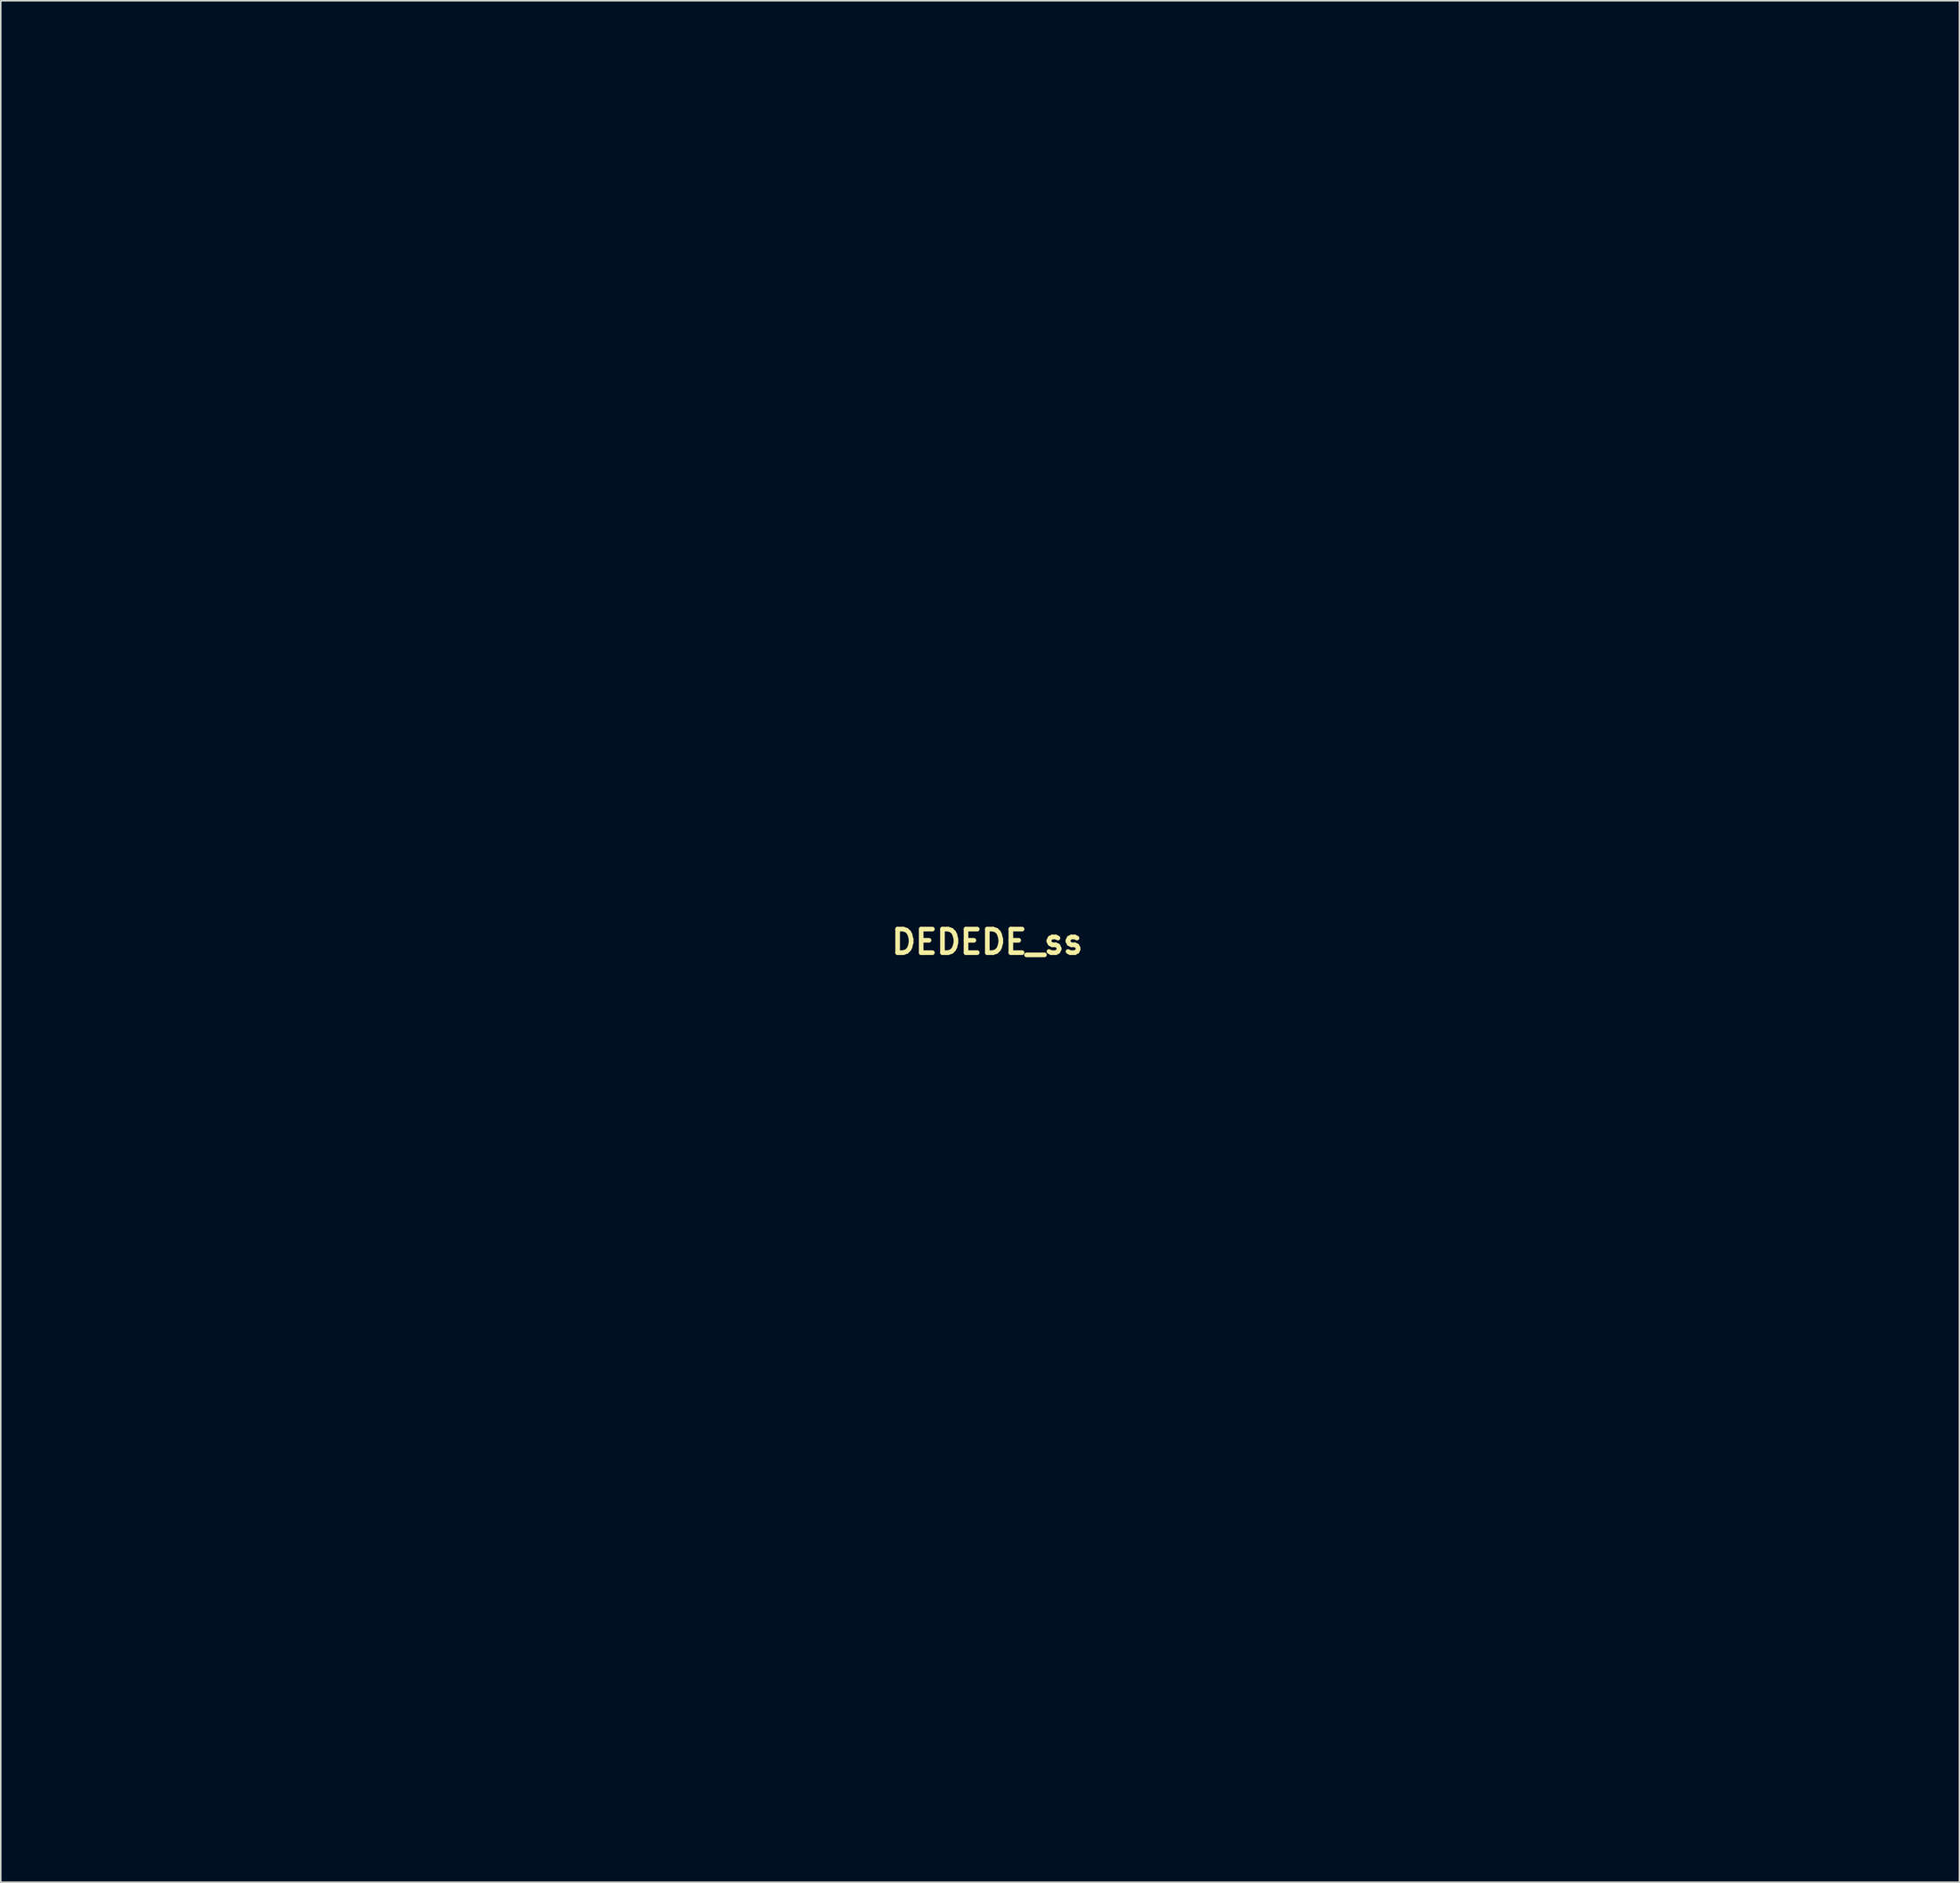
<source format=kicad_pcb>
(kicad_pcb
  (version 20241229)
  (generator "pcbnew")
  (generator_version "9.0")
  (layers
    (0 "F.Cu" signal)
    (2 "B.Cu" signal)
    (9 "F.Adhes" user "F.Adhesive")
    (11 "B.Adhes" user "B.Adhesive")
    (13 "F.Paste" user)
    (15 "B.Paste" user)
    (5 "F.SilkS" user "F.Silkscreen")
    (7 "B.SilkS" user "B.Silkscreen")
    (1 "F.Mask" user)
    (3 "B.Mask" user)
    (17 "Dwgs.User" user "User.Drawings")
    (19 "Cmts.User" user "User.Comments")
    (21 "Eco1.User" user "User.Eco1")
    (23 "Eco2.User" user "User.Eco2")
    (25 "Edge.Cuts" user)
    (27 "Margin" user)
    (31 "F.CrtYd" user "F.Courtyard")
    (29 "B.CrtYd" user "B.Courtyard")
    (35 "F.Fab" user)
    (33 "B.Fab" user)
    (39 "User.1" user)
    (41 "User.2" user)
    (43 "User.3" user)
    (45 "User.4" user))
  (footprint "DEDEDE_ss"
    (layer "F.Cu")
    (at 60.873 57.973)
    (property "Reference" "DEDEDE_ss" (at 0 0 0) (layer "F.SilkS") (effects (font (size 1.524 1.524) (thickness 0.3))))
    (attr through_hole)
    (fp_poly (pts (xy -37.211 -48.228) (xy -37.243 -48.197) (xy -37.275 -48.228) (xy -37.243 -48.26) (xy -37.211 -48.228)) (stroke (width 0.01) (type solid)) (fill no) (layer "Eco2.User"))
    (fp_poly (pts (xy -18.479 -50.006) (xy -18.51 -49.974) (xy -18.542 -50.006) (xy -18.51 -50.038) (xy -18.479 -50.006)) (stroke (width 0.01) (type solid)) (fill no) (layer "Eco2.User"))
    (fp_poly (pts (xy -18.224 -46.577) (xy -18.256 -46.545) (xy -18.288 -46.577) (xy -18.256 -46.609) (xy -18.224 -46.577)) (stroke (width 0.01) (type solid)) (fill no) (layer "Eco2.User"))
    (fp_poly (pts (xy -7.556 -48.927) (xy -7.588 -48.895) (xy -7.62 -48.927) (xy -7.588 -48.959) (xy -7.556 -48.927)) (stroke (width 0.01) (type solid)) (fill no) (layer "Eco2.User"))
    (fp_poly (pts (xy -6.413 -49.308) (xy -6.445 -49.276) (xy -6.477 -49.308) (xy -6.445 -49.34) (xy -6.413 -49.308)) (stroke (width 0.01) (type solid)) (fill no) (layer "Eco2.User"))
    (fp_poly (pts (xy -18.5 -48.112) (xy -18.492 -48.036) (xy -18.5 -48.027) (xy -18.537 -48.036) (xy -18.542 -48.069) (xy -18.519 -48.122) (xy -18.5 -48.112)) (stroke (width 0.01) (type solid)) (fill no) (layer "Eco2.User"))
    (fp_poly (pts (xy -8.018 -28.232) (xy -8.037 -28.204) (xy -8.102 -28.199) (xy -8.169 -28.215) (xy -8.14 -28.237) (xy -8.041 -28.245) (xy -8.018 -28.232)) (stroke (width 0.01) (type solid)) (fill no) (layer "Eco2.User"))
    (fp_poly (pts (xy -6.858 -48.782) (xy -6.912 -48.725) (xy -7.017 -48.689) (xy -7.135 -48.685) (xy -7.176 -48.713) (xy -7.128 -48.767) (xy -7.117 -48.768) (xy -7.011 -48.789) (xy -6.958 -48.807) (xy -6.874 -48.81) (xy -6.858 -48.782)) (stroke (width 0.01) (type solid)) (fill no) (layer "Eco2.User"))
    (fp_poly (pts (xy -6.591 -49.289) (xy -6.568 -49.17) (xy -6.57 -49.042) (xy -6.6 -48.964) (xy -6.616 -48.959) (xy -6.685 -49.009) (xy -6.707 -49.05) (xy -6.727 -49.187) (xy -6.696 -49.302) (xy -6.636 -49.343) (xy -6.591 -49.289)) (stroke (width 0.01) (type solid)) (fill no) (layer "Eco2.User"))
    (fp_poly (pts (xy 23.992 -39.702) (xy 24.043 -39.562) (xy 24.105 -39.337) (xy 24.157 -39.116) (xy 24.219 -38.729) (xy 24.245 -38.275) (xy 24.244 -37.887) (xy 24.225 -37.135) (xy 23.897 -37.538) (xy 23.714 -37.757) (xy 23.533 -37.962) (xy 23.39 -38.112) (xy 23.376 -38.125) (xy 23.183 -38.309) (xy 23.425 -38.584) (xy 23.575 -38.79) (xy 23.721 -39.048) (xy 23.844 -39.317) (xy 23.923 -39.554) (xy 23.941 -39.677) (xy 23.956 -39.745) (xy 23.992 -39.702)) (stroke (width 0.01) (type solid)) (fill no) (layer "Eco2.User"))
    (fp_poly (pts (xy 9.58 -41.55) (xy 9.949 -41.356) (xy 10.216 -41.115) (xy 10.427 -40.832) (xy 10.549 -40.544) (xy 10.6 -40.205) (xy 10.604 -40.037) (xy 10.555 -39.566) (xy 10.404 -39.17) (xy 10.149 -38.845) (xy 9.787 -38.587) (xy 9.785 -38.586) (xy 9.437 -38.447) (xy 9.058 -38.379) (xy 8.701 -38.39) (xy 8.604 -38.41) (xy 8.199 -38.576) (xy 7.866 -38.831) (xy 7.612 -39.156) (xy 7.445 -39.529) (xy 7.37 -39.932) (xy 7.395 -40.344) (xy 7.527 -40.746) (xy 7.703 -41.033) (xy 8.006 -41.332) (xy 8.368 -41.534) (xy 8.767 -41.638) (xy 9.178 -41.644) (xy 9.58 -41.55)) (stroke (width 0.01) (type solid)) (fill no) (layer "Eco2.User"))
    (fp_poly (pts (xy 21.693 -42.19) (xy 22.044 -42.022) (xy 22.337 -41.756) (xy 22.557 -41.405) (xy 22.642 -41.176) (xy 22.705 -40.758) (xy 22.659 -40.347) (xy 22.513 -39.97) (xy 22.274 -39.653) (xy 22.162 -39.555) (xy 21.981 -39.428) (xy 21.829 -39.367) (xy 21.672 -39.373) (xy 21.477 -39.448) (xy 21.211 -39.593) (xy 21.209 -39.595) (xy 20.944 -39.744) (xy 20.678 -39.887) (xy 20.461 -39.997) (xy 20.431 -40.012) (xy 20.236 -40.12) (xy 20.126 -40.235) (xy 20.066 -40.381) (xy 20.003 -40.819) (xy 20.058 -41.233) (xy 20.227 -41.608) (xy 20.367 -41.792) (xy 20.635 -42.041) (xy 20.905 -42.186) (xy 21.214 -42.244) (xy 21.301 -42.247) (xy 21.693 -42.19)) (stroke (width 0.01) (type solid)) (fill no) (layer "Eco2.User"))
    (fp_poly (pts (xy 5.901 -38.484) (xy 5.901 -38.475) (xy 5.946 -38.31) (xy 6.058 -38.085) (xy 6.216 -37.834) (xy 6.4 -37.589) (xy 6.53 -37.444) (xy 6.982 -37.061) (xy 7.5 -36.782) (xy 8.09 -36.603) (xy 8.514 -36.539) (xy 8.966 -36.495) (xy 8.563 -36.097) (xy 8.16 -35.699) (xy 7.288 -35.447) (xy 6.917 -35.342) (xy 6.652 -35.277) (xy 6.478 -35.248) (xy 6.381 -35.252) (xy 6.355 -35.268) (xy 6.263 -35.422) (xy 6.156 -35.669) (xy 6.046 -35.975) (xy 5.945 -36.31) (xy 5.901 -36.481) (xy 5.85 -36.758) (xy 5.812 -37.09) (xy 5.789 -37.447) (xy 5.781 -37.795) (xy 5.788 -38.103) (xy 5.813 -38.341) (xy 5.842 -38.449) (xy 5.884 -38.526) (xy 5.901 -38.484)) (stroke (width 0.01) (type solid)) (fill no) (layer "Eco2.User"))
    (fp_poly (pts (xy 50.276 -1.873) (xy 50.452 -1.787) (xy 50.69 -1.659) (xy 50.966 -1.502) (xy 51.256 -1.33) (xy 51.538 -1.156) (xy 51.784 -0.997) (xy 52.779 -0.265) (xy 53.682 0.525) (xy 54.487 1.368) (xy 55.192 2.256) (xy 55.79 3.184) (xy 56.278 4.143) (xy 56.651 5.128) (xy 56.906 6.133) (xy 57.02 6.937) (xy 57.046 7.79) (xy 56.972 8.647) (xy 56.805 9.491) (xy 56.549 10.301) (xy 56.211 11.059) (xy 55.798 11.743) (xy 55.376 12.27) (xy 55.074 12.599) (xy 54.994 12.157) (xy 54.615 10.306) (xy 54.138 8.407) (xy 53.572 6.484) (xy 52.924 4.562) (xy 52.202 2.662) (xy 51.414 0.81) (xy 50.58 -0.947) (xy 50.407 -1.302) (xy 50.279 -1.585) (xy 50.199 -1.785) (xy 50.174 -1.891) (xy 50.183 -1.905) (xy 50.276 -1.873)) (stroke (width 0.01) (type solid)) (fill no) (layer "Eco2.User"))
    (fp_poly (pts (xy 24.969 -43.766) (xy 25.093 -43.661) (xy 25.266 -43.495) (xy 25.472 -43.285) (xy 25.694 -43.048) (xy 25.916 -42.803) (xy 26.12 -42.566) (xy 26.291 -42.356) (xy 26.403 -42.202) (xy 26.681 -41.729) (xy 26.956 -41.152) (xy 27.221 -40.493) (xy 27.467 -39.777) (xy 27.687 -39.025) (xy 27.872 -38.261) (xy 28.016 -37.507) (xy 28.024 -37.456) (xy 28.111 -36.908) (xy 27.343 -36.878) (xy 27.034 -36.863) (xy 26.765 -36.843) (xy 26.565 -36.821) (xy 26.464 -36.801) (xy 26.372 -36.776) (xy 26.352 -36.787) (xy 26.365 -36.862) (xy 26.397 -37.027) (xy 26.443 -37.25) (xy 26.45 -37.286) (xy 26.571 -38.144) (xy 26.576 -39.024) (xy 26.463 -39.933) (xy 26.232 -40.88) (xy 26.186 -41.03) (xy 25.994 -41.579) (xy 25.764 -42.144) (xy 25.513 -42.687) (xy 25.259 -43.167) (xy 25.122 -43.395) (xy 25.008 -43.582) (xy 24.932 -43.724) (xy 24.91 -43.79) (xy 24.911 -43.791) (xy 24.969 -43.766)) (stroke (width 0.01) (type solid)) (fill no) (layer "Eco2.User"))
    (fp_poly (pts (xy 18.167 -42.552) (xy 18.168 -42.404) (xy 18.154 -42.243) (xy 18.129 -41.985) (xy 18.111 -41.671) (xy 18.103 -41.4) (xy 18.098 -40.921) (xy 17.097 -40.921) (xy 16.707 -40.92) (xy 16.414 -40.913) (xy 16.188 -40.896) (xy 15.997 -40.868) (xy 15.813 -40.823) (xy 15.604 -40.758) (xy 15.557 -40.743) (xy 15.285 -40.643) (xy 14.942 -40.505) (xy 14.574 -40.347) (xy 14.231 -40.189) (xy 13.944 -40.053) (xy 13.704 -39.939) (xy 13.529 -39.857) (xy 13.441 -39.817) (xy 13.435 -39.815) (xy 13.422 -39.872) (xy 13.395 -40.025) (xy 13.359 -40.242) (xy 13.351 -40.294) (xy 13.296 -40.567) (xy 13.211 -40.905) (xy 13.11 -41.257) (xy 13.051 -41.442) (xy 12.961 -41.712) (xy 12.888 -41.932) (xy 12.841 -42.079) (xy 12.827 -42.127) (xy 12.883 -42.122) (xy 13.031 -42.095) (xy 13.224 -42.054) (xy 13.55 -42.001) (xy 13.966 -41.96) (xy 14.435 -41.933) (xy 14.919 -41.922) (xy 15.381 -41.927) (xy 15.785 -41.949) (xy 15.994 -41.972) (xy 16.406 -42.046) (xy 16.835 -42.144) (xy 17.246 -42.258) (xy 17.6 -42.377) (xy 17.846 -42.483) (xy 18.009 -42.56) (xy 18.124 -42.604) (xy 18.146 -42.608) (xy 18.167 -42.552)) (stroke (width 0.01) (type solid)) (fill no) (layer "Eco2.User"))
    (fp_poly (pts (xy -8.077 -57.244) (xy -7.086 -57.114) (xy -6.985 -57.094) (xy -6.015 -56.829) (xy -5.083 -56.448) (xy -4.205 -55.96) (xy -3.392 -55.37) (xy -2.66 -54.688) (xy -2.644 -54.671) (xy -2.449 -54.459) (xy -2.292 -54.278) (xy -2.189 -54.15) (xy -2.159 -54.098) (xy -2.211 -54.04) (xy -2.345 -53.951) (xy -2.474 -53.881) (xy -3.04 -53.571) (xy -3.667 -53.188) (xy -4.329 -52.75) (xy -4.997 -52.275) (xy -5.645 -51.78) (xy -5.856 -51.611) (xy -6.99 -50.611) (xy -8.063 -49.509) (xy -9.062 -48.318) (xy -9.978 -47.053) (xy -10.801 -45.726) (xy -11.519 -44.353) (xy -11.692 -43.979) (xy -11.887 -43.57) (xy -12.062 -43.262) (xy -12.23 -43.036) (xy -12.407 -42.872) (xy -12.587 -42.76) (xy -12.86 -42.669) (xy -13.187 -42.633) (xy -13.507 -42.654) (xy -13.672 -42.696) (xy -13.953 -42.828) (xy -14.226 -43.016) (xy -14.513 -43.278) (xy -14.834 -43.632) (xy -14.914 -43.726) (xy -15.524 -44.553) (xy -16.022 -45.428) (xy -16.406 -46.343) (xy -16.675 -47.288) (xy -16.827 -48.253) (xy -16.863 -49.228) (xy -16.779 -50.205) (xy -16.576 -51.173) (xy -16.251 -52.124) (xy -16.034 -52.61) (xy -15.538 -53.489) (xy -14.951 -54.288) (xy -14.282 -55.002) (xy -13.539 -55.627) (xy -12.733 -56.159) (xy -11.872 -56.591) (xy -10.967 -56.921) (xy -10.027 -57.143) (xy -9.06 -57.252) (xy -8.077 -57.244)) (stroke (width 0.01) (type solid)) (fill no) (layer "Eco2.User"))
    (fp_poly (pts (xy -31.877 -5.249) (xy -31.603 -5.073) (xy -31.328 -4.896) (xy -31.097 -4.747) (xy -31.02 -4.697) (xy -30.648 -4.466) (xy -30.186 -4.191) (xy -29.654 -3.886) (xy -29.077 -3.562) (xy -28.476 -3.233) (xy -27.875 -2.912) (xy -27.543 -2.739) (xy -27.143 -2.531) (xy -26.691 -2.297) (xy -26.24 -2.063) (xy -25.846 -1.858) (xy -25.827 -1.848) (xy -25.519 -1.692) (xy -25.159 -1.516) (xy -24.764 -1.327) (xy -24.351 -1.134) (xy -23.938 -0.945) (xy -23.543 -0.766) (xy -23.183 -0.608) (xy -22.875 -0.476) (xy -22.637 -0.379) (xy -22.487 -0.326) (xy -22.447 -0.318) (xy -22.309 -0.289) (xy -22.24 -0.26) (xy -22.135 -0.213) (xy -21.943 -0.136) (xy -21.695 -0.04) (xy -21.526 0.024) (xy -21.25 0.129) (xy -21.088 0.198) (xy -21.043 0.231) (xy -21.116 0.229) (xy -21.309 0.194) (xy -21.623 0.127) (xy -21.654 0.12) (xy -22.693 -0.138) (xy -23.804 -0.47) (xy -24.961 -0.866) (xy -26.138 -1.316) (xy -27.305 -1.811) (xy -27.619 -1.955) (xy -28.007 -2.14) (xy -28.443 -2.352) (xy -28.903 -2.58) (xy -29.362 -2.811) (xy -29.796 -3.032) (xy -30.18 -3.232) (xy -30.489 -3.398) (xy -30.632 -3.478) (xy -30.892 -3.628) (xy -31.195 -3.802) (xy -31.464 -3.957) (xy -31.669 -4.078) (xy -31.953 -4.248) (xy -32.287 -4.451) (xy -32.642 -4.669) (xy -32.887 -4.821) (xy -33.864 -5.429) (xy -33.141 -5.512) (xy -32.417 -5.595) (xy -31.877 -5.249)) (stroke (width 0.01) (type solid)) (fill no) (layer "Eco2.User"))
    (fp_poly (pts (xy 20.815 -52.256) (xy 20.935 -52.19) (xy 21.115 -52.081) (xy 21.368 -51.92) (xy 21.705 -51.702) (xy 22.066 -51.467) (xy 23.201 -50.668) (xy 24.243 -49.819) (xy 25.186 -48.923) (xy 26.027 -47.988) (xy 26.76 -47.019) (xy 27.38 -46.021) (xy 27.883 -45.001) (xy 28.259 -43.984) (xy 28.432 -43.234) (xy 28.494 -42.492) (xy 28.442 -41.773) (xy 28.279 -41.092) (xy 28.174 -40.815) (xy 28.079 -40.637) (xy 27.996 -40.585) (xy 27.927 -40.659) (xy 27.904 -40.719) (xy 27.823 -40.944) (xy 27.702 -41.238) (xy 27.558 -41.565) (xy 27.408 -41.888) (xy 27.268 -42.169) (xy 27.155 -42.373) (xy 27.146 -42.386) (xy 26.665 -43.05) (xy 26.086 -43.689) (xy 25.435 -44.283) (xy 24.738 -44.809) (xy 24.019 -45.245) (xy 23.578 -45.459) (xy 23.286 -45.577) (xy 23.028 -45.655) (xy 22.784 -45.691) (xy 22.532 -45.68) (xy 22.253 -45.621) (xy 21.926 -45.51) (xy 21.532 -45.345) (xy 21.05 -45.122) (xy 20.961 -45.079) (xy 20.673 -44.944) (xy 20.428 -44.835) (xy 20.249 -44.76) (xy 20.155 -44.728) (xy 20.147 -44.729) (xy 20.16 -44.794) (xy 20.219 -44.94) (xy 20.308 -45.126) (xy 20.65 -45.932) (xy 20.908 -46.811) (xy 21.082 -47.743) (xy 21.168 -48.703) (xy 21.167 -49.669) (xy 21.075 -50.618) (xy 20.89 -51.526) (xy 20.825 -51.759) (xy 20.763 -51.982) (xy 20.718 -52.161) (xy 20.701 -52.257) (xy 20.71 -52.282) (xy 20.744 -52.284) (xy 20.815 -52.256)) (stroke (width 0.01) (type solid)) (fill no) (layer "Eco2.User"))
    (fp_poly (pts (xy 12.178 -57.963) (xy 12.814 -57.889) (xy 13.483 -57.751) (xy 14.168 -57.55) (xy 14.853 -57.289) (xy 15.481 -56.992) (xy 16.123 -56.628) (xy 16.706 -56.235) (xy 17.265 -55.783) (xy 17.84 -55.246) (xy 17.873 -55.213) (xy 18.592 -54.43) (xy 19.19 -53.634) (xy 19.676 -52.811) (xy 20.054 -51.95) (xy 20.333 -51.04) (xy 20.395 -50.768) (xy 20.435 -50.492) (xy 20.462 -50.12) (xy 20.478 -49.681) (xy 20.481 -49.204) (xy 20.472 -48.72) (xy 20.452 -48.258) (xy 20.421 -47.848) (xy 20.379 -47.52) (xy 20.363 -47.434) (xy 20.134 -46.556) (xy 19.838 -45.751) (xy 19.481 -45.027) (xy 19.068 -44.393) (xy 18.604 -43.856) (xy 18.094 -43.424) (xy 17.553 -43.111) (xy 17.158 -42.946) (xy 16.773 -42.823) (xy 16.369 -42.736) (xy 15.915 -42.679) (xy 15.379 -42.646) (xy 15.081 -42.637) (xy 14.513 -42.631) (xy 14.057 -42.644) (xy 13.701 -42.674) (xy 13.545 -42.699) (xy 12.615 -42.936) (xy 11.746 -43.278) (xy 10.946 -43.721) (xy 10.22 -44.256) (xy 9.577 -44.88) (xy 9.021 -45.584) (xy 8.561 -46.365) (xy 8.203 -47.214) (xy 8.072 -47.632) (xy 7.92 -48.31) (xy 7.813 -49.072) (xy 7.753 -49.882) (xy 7.742 -50.703) (xy 7.782 -51.5) (xy 7.846 -52.062) (xy 8.001 -52.926) (xy 8.203 -53.756) (xy 8.448 -54.542) (xy 8.73 -55.272) (xy 9.043 -55.935) (xy 9.383 -56.519) (xy 9.743 -57.015) (xy 10.118 -57.409) (xy 10.503 -57.692) (xy 10.644 -57.765) (xy 11.076 -57.903) (xy 11.593 -57.968) (xy 12.178 -57.963)) (stroke (width 0.01) (type solid)) (fill no) (layer "Eco2.User"))
    (fp_poly (pts (xy 12.351 -26.825) (xy 12.897 -26.821) (xy 13.34 -26.811) (xy 13.703 -26.792) (xy 14.009 -26.763) (xy 14.282 -26.724) (xy 14.351 -26.711) (xy 15.613 -26.424) (xy 16.789 -26.05) (xy 17.876 -25.589) (xy 18.874 -25.042) (xy 19.778 -24.41) (xy 20.37 -23.905) (xy 20.653 -23.624) (xy 20.947 -23.301) (xy 21.229 -22.963) (xy 21.478 -22.639) (xy 21.672 -22.353) (xy 21.767 -22.182) (xy 21.814 -22.072) (xy 21.823 -21.984) (xy 21.782 -21.882) (xy 21.683 -21.734) (xy 21.591 -21.609) (xy 21.317 -21.275) (xy 20.968 -20.901) (xy 20.577 -20.518) (xy 20.174 -20.155) (xy 19.791 -19.842) (xy 19.538 -19.66) (xy 18.737 -19.197) (xy 17.875 -18.829) (xy 17.226 -18.63) (xy 16.667 -18.52) (xy 16.046 -18.455) (xy 15.411 -18.435) (xy 14.809 -18.464) (xy 14.415 -18.516) (xy 14.129 -18.578) (xy 13.774 -18.67) (xy 13.398 -18.777) (xy 13.113 -18.867) (xy 12.169 -19.234) (xy 11.217 -19.706) (xy 10.279 -20.268) (xy 9.38 -20.904) (xy 8.541 -21.597) (xy 7.786 -22.331) (xy 7.236 -22.964) (xy 7.057 -23.197) (xy 6.855 -23.47) (xy 6.647 -23.761) (xy 6.448 -24.047) (xy 6.274 -24.305) (xy 6.142 -24.512) (xy 6.066 -24.645) (xy 6.058 -24.662) (xy 6.097 -24.736) (xy 6.242 -24.864) (xy 6.49 -25.044) (xy 6.712 -25.192) (xy 7.519 -25.67) (xy 8.339 -26.062) (xy 9.207 -26.381) (xy 10.157 -26.641) (xy 10.223 -26.657) (xy 10.476 -26.713) (xy 10.697 -26.755) (xy 10.911 -26.786) (xy 11.143 -26.806) (xy 11.418 -26.817) (xy 11.763 -26.823) (xy 12.203 -26.825) (xy 12.351 -26.825)) (stroke (width 0.01) (type solid)) (fill no) (layer "Eco2.User"))
    (fp_poly (pts (xy 22.826 -45.001) (xy 23.057 -44.94) (xy 23.219 -44.881) (xy 23.545 -44.713) (xy 23.869 -44.452) (xy 24.201 -44.089) (xy 24.552 -43.613) (xy 24.603 -43.538) (xy 25.017 -42.851) (xy 25.394 -42.102) (xy 25.718 -41.329) (xy 25.974 -40.566) (xy 26.137 -39.9) (xy 26.198 -39.485) (xy 26.231 -39.041) (xy 26.237 -38.586) (xy 26.22 -38.136) (xy 26.18 -37.709) (xy 26.12 -37.321) (xy 26.042 -36.992) (xy 25.948 -36.736) (xy 25.841 -36.572) (xy 25.723 -36.517) (xy 25.718 -36.517) (xy 25.645 -36.536) (xy 25.487 -36.584) (xy 25.288 -36.646) (xy 25.076 -36.716) (xy 24.962 -36.77) (xy 24.921 -36.83) (xy 24.93 -36.914) (xy 24.938 -36.944) (xy 24.955 -37.07) (xy 24.968 -37.294) (xy 24.976 -37.585) (xy 24.978 -37.914) (xy 24.978 -37.973) (xy 24.941 -38.691) (xy 24.838 -39.338) (xy 24.658 -39.96) (xy 24.39 -40.599) (xy 24.308 -40.767) (xy 23.954 -41.368) (xy 23.537 -41.885) (xy 23.073 -42.306) (xy 22.576 -42.615) (xy 22.36 -42.715) (xy 22.186 -42.778) (xy 22.011 -42.813) (xy 21.792 -42.828) (xy 21.496 -42.831) (xy 21.184 -42.827) (xy 20.957 -42.809) (xy 20.777 -42.772) (xy 20.601 -42.708) (xy 20.496 -42.66) (xy 20.123 -42.429) (xy 19.76 -42.101) (xy 19.432 -41.707) (xy 19.163 -41.275) (xy 18.99 -40.874) (xy 18.917 -40.711) (xy 18.819 -40.649) (xy 18.662 -40.673) (xy 18.57 -40.705) (xy 18.399 -40.77) (xy 18.445 -41.546) (xy 18.475 -42.004) (xy 18.505 -42.354) (xy 18.54 -42.612) (xy 18.582 -42.8) (xy 18.637 -42.933) (xy 18.707 -43.031) (xy 18.772 -43.091) (xy 18.941 -43.212) (xy 19.205 -43.375) (xy 19.543 -43.57) (xy 19.933 -43.785) (xy 20.355 -44.01) (xy 20.788 -44.234) (xy 21.211 -44.445) (xy 21.604 -44.632) (xy 21.945 -44.786) (xy 22.109 -44.854) (xy 22.398 -44.959) (xy 22.621 -45.008) (xy 22.826 -45.001)) (stroke (width 0.01) (type solid)) (fill no) (layer "Eco2.User"))
    (fp_poly (pts (xy 4.731 -44.409) (xy 5.364 -44.378) (xy 6.077 -44.297) (xy 6.88 -44.165) (xy 7.785 -43.979) (xy 8.105 -43.906) (xy 8.781 -43.742) (xy 9.355 -43.582) (xy 9.852 -43.419) (xy 10.298 -43.245) (xy 10.717 -43.05) (xy 10.886 -42.963) (xy 11.194 -42.806) (xy 11.509 -42.654) (xy 11.788 -42.53) (xy 11.929 -42.473) (xy 12.149 -42.385) (xy 12.286 -42.304) (xy 12.379 -42.195) (xy 12.465 -42.025) (xy 12.484 -41.984) (xy 12.598 -41.7) (xy 12.713 -41.368) (xy 12.823 -41.011) (xy 12.923 -40.649) (xy 13.007 -40.305) (xy 13.07 -40.002) (xy 13.106 -39.76) (xy 13.109 -39.602) (xy 13.091 -39.555) (xy 13.014 -39.501) (xy 12.873 -39.412) (xy 12.818 -39.38) (xy 12.588 -39.242) (xy 12.356 -39.729) (xy 11.968 -40.425) (xy 11.514 -41.013) (xy 10.994 -41.493) (xy 10.408 -41.868) (xy 10.318 -41.913) (xy 9.713 -42.143) (xy 9.107 -42.252) (xy 8.51 -42.246) (xy 7.93 -42.13) (xy 7.377 -41.911) (xy 6.86 -41.593) (xy 6.39 -41.182) (xy 5.974 -40.685) (xy 5.624 -40.106) (xy 5.347 -39.452) (xy 5.171 -38.814) (xy 5.08 -38.157) (xy 5.069 -37.458) (xy 5.133 -36.749) (xy 5.268 -36.066) (xy 5.471 -35.443) (xy 5.596 -35.168) (xy 5.713 -34.935) (xy 4.841 -34.639) (xy 4.526 -34.532) (xy 4.253 -34.439) (xy 4.044 -34.368) (xy 3.923 -34.327) (xy 3.905 -34.32) (xy 3.823 -34.342) (xy 3.674 -34.42) (xy 3.525 -34.516) (xy 3.298 -34.66) (xy 3.018 -34.817) (xy 2.773 -34.941) (xy 2.541 -35.058) (xy 2.389 -35.162) (xy 2.279 -35.287) (xy 2.175 -35.468) (xy 2.154 -35.51) (xy 1.838 -36.228) (xy 1.58 -37.014) (xy 1.512 -37.275) (xy 1.44 -37.66) (xy 1.387 -38.132) (xy 1.353 -38.652) (xy 1.339 -39.182) (xy 1.349 -39.682) (xy 1.382 -40.114) (xy 1.394 -40.202) (xy 1.555 -40.985) (xy 1.803 -41.766) (xy 2.124 -42.511) (xy 2.504 -43.187) (xy 2.743 -43.529) (xy 2.942 -43.776) (xy 3.121 -43.95) (xy 3.324 -44.089) (xy 3.524 -44.196) (xy 3.717 -44.289) (xy 3.87 -44.352) (xy 4.019 -44.389) (xy 4.197 -44.407) (xy 4.437 -44.411) (xy 4.731 -44.409)) (stroke (width 0.01) (type solid)) (fill no) (layer "Eco2.User"))
    (fp_poly (pts (xy 43.841 23.813) (xy 44.051 23.888) (xy 44.348 24.014) (xy 44.561 24.105) (xy 46.238 24.877) (xy 47.863 25.743) (xy 49.428 26.696) (xy 50.923 27.73) (xy 52.339 28.838) (xy 53.669 30.014) (xy 54.901 31.249) (xy 56.029 32.538) (xy 56.688 33.383) (xy 57.395 34.395) (xy 58.022 35.42) (xy 58.566 36.448) (xy 59.024 37.469) (xy 59.392 38.476) (xy 59.669 39.458) (xy 59.849 40.405) (xy 59.93 41.309) (xy 59.91 42.16) (xy 59.847 42.639) (xy 59.643 43.448) (xy 59.32 44.213) (xy 58.88 44.934) (xy 58.323 45.611) (xy 57.652 46.242) (xy 56.866 46.826) (xy 55.968 47.364) (xy 54.958 47.854) (xy 53.837 48.296) (xy 52.607 48.689) (xy 51.268 49.032) (xy 49.823 49.324) (xy 49.181 49.432) (xy 48.552 49.529) (xy 47.975 49.611) (xy 47.431 49.678) (xy 46.899 49.734) (xy 46.361 49.778) (xy 45.798 49.812) (xy 45.189 49.837) (xy 44.515 49.856) (xy 43.757 49.868) (xy 42.896 49.876) (xy 42.704 49.877) (xy 42.084 49.88) (xy 41.49 49.882) (xy 40.936 49.883) (xy 40.438 49.882) (xy 40.01 49.881) (xy 39.667 49.879) (xy 39.423 49.875) (xy 39.306 49.871) (xy 38.874 49.843) (xy 38.348 49.801) (xy 37.757 49.749) (xy 37.133 49.688) (xy 36.508 49.623) (xy 35.912 49.557) (xy 35.401 49.495) (xy 33.664 49.241) (xy 32.021 48.936) (xy 30.477 48.579) (xy 29.035 48.173) (xy 27.699 47.718) (xy 26.471 47.215) (xy 25.355 46.666) (xy 24.354 46.071) (xy 24.309 46.041) (xy 23.834 45.715) (xy 23.463 45.431) (xy 23.184 45.175) (xy 22.986 44.933) (xy 22.858 44.692) (xy 22.79 44.439) (xy 22.77 44.164) (xy 22.819 43.751) (xy 22.969 43.402) (xy 23.225 43.112) (xy 23.591 42.874) (xy 24.013 42.703) (xy 25.983 41.996) (xy 27.864 41.201) (xy 29.654 40.317) (xy 31.353 39.345) (xy 32.961 38.284) (xy 34.478 37.136) (xy 35.904 35.899) (xy 37.238 34.574) (xy 38.481 33.162) (xy 39.632 31.663) (xy 40.164 30.893) (xy 41.009 29.549) (xy 41.775 28.167) (xy 42.453 26.771) (xy 43.031 25.38) (xy 43.41 24.301) (xy 43.48 24.077) (xy 43.539 23.919) (xy 43.605 23.824) (xy 43.699 23.79) (xy 43.841 23.813)) (stroke (width 0.01) (type solid)) (fill no) (layer "Eco2.User"))
    (fp_poly (pts (xy 42.788 23.925) (xy 42.783 24.018) (xy 42.74 24.184) (xy 42.657 24.436) (xy 42.53 24.788) (xy 42.474 24.939) (xy 41.778 26.629) (xy 40.97 28.262) (xy 40.055 29.833) (xy 39.037 31.338) (xy 37.918 32.775) (xy 36.704 34.138) (xy 35.396 35.425) (xy 34 36.632) (xy 32.518 37.755) (xy 30.956 38.79) (xy 29.315 39.734) (xy 27.6 40.583) (xy 26.321 41.133) (xy 24.401 41.842) (xy 22.426 42.441) (xy 20.412 42.928) (xy 18.37 43.298) (xy 16.317 43.548) (xy 14.796 43.655) (xy 14.437 43.673) (xy 14.061 43.692) (xy 13.724 43.709) (xy 13.557 43.718) (xy 13.206 43.721) (xy 12.915 43.692) (xy 12.795 43.664) (xy 12.349 43.472) (xy 11.995 43.206) (xy 11.715 42.849) (xy 11.616 42.672) (xy 11.557 42.539) (xy 11.513 42.393) (xy 11.481 42.206) (xy 11.456 41.955) (xy 11.435 41.613) (xy 11.426 41.434) (xy 11.366 40.599) (xy 11.266 39.845) (xy 11.12 39.129) (xy 10.951 38.513) (xy 10.543 37.377) (xy 10.013 36.268) (xy 9.36 35.185) (xy 8.584 34.126) (xy 7.684 33.09) (xy 7.274 32.666) (xy 6.171 31.634) (xy 5.002 30.683) (xy 3.747 29.8) (xy 2.65 29.12) (xy 2.338 28.944) (xy 1.952 28.736) (xy 1.523 28.511) (xy 1.077 28.285) (xy 0.644 28.07) (xy 0.251 27.881) (xy -0.072 27.734) (xy -0.191 27.683) (xy -0.436 27.576) (xy -0.566 27.502) (xy -0.577 27.459) (xy -0.469 27.441) (xy -0.237 27.445) (xy -0.064 27.455) (xy 0.265 27.472) (xy 0.706 27.486) (xy 1.244 27.499) (xy 1.865 27.511) (xy 2.553 27.521) (xy 3.293 27.529) (xy 4.072 27.535) (xy 4.874 27.539) (xy 5.684 27.541) (xy 6.487 27.542) (xy 7.268 27.54) (xy 8.014 27.536) (xy 8.708 27.529) (xy 9.335 27.52) (xy 9.882 27.509) (xy 10.128 27.503) (xy 12.571 27.414) (xy 15.056 27.295) (xy 17.567 27.148) (xy 20.088 26.974) (xy 22.603 26.774) (xy 25.096 26.551) (xy 27.551 26.305) (xy 29.951 26.038) (xy 32.282 25.751) (xy 34.526 25.447) (xy 36.669 25.126) (xy 37.719 24.956) (xy 38.355 24.846) (xy 39.005 24.728) (xy 39.652 24.605) (xy 40.28 24.48) (xy 40.873 24.356) (xy 41.415 24.237) (xy 41.89 24.126) (xy 42.282 24.027) (xy 42.575 23.944) (xy 42.696 23.902) (xy 42.758 23.891) (xy 42.788 23.925)) (stroke (width 0.01) (type solid)) (fill no) (layer "Eco2.User"))
    (fp_poly (pts (xy 7.482 -53.88) (xy 7.479 -53.813) (xy 7.455 -53.644) (xy 7.413 -53.398) (xy 7.357 -53.098) (xy 7.34 -53.011) (xy 7.15 -51.79) (xy 7.065 -50.613) (xy 7.084 -49.485) (xy 7.208 -48.415) (xy 7.435 -47.408) (xy 7.55 -47.041) (xy 7.734 -46.562) (xy 7.964 -46.061) (xy 8.22 -45.575) (xy 8.483 -45.143) (xy 8.702 -44.84) (xy 8.849 -44.652) (xy 8.956 -44.506) (xy 9.005 -44.425) (xy 9.006 -44.418) (xy 8.939 -44.423) (xy 8.777 -44.453) (xy 8.545 -44.504) (xy 8.35 -44.549) (xy 7.595 -44.721) (xy 6.932 -44.853) (xy 6.332 -44.947) (xy 5.769 -45.009) (xy 5.214 -45.041) (xy 4.826 -45.048) (xy 4.43 -45.049) (xy 4.137 -45.045) (xy 3.921 -45.033) (xy 3.757 -45.011) (xy 3.621 -44.976) (xy 3.487 -44.926) (xy 3.429 -44.902) (xy 2.973 -44.682) (xy 2.436 -44.383) (xy 1.83 -44.015) (xy 1.165 -43.585) (xy 0.454 -43.103) (xy -0.291 -42.577) (xy -1.06 -42.015) (xy -1.841 -41.426) (xy -2.621 -40.818) (xy -3.39 -40.201) (xy -4.136 -39.582) (xy -4.848 -38.97) (xy -5.513 -38.373) (xy -5.817 -38.09) (xy -6.671 -37.241) (xy -7.535 -36.3) (xy -8.383 -35.297) (xy -9.192 -34.262) (xy -9.937 -33.225) (xy -10.504 -32.358) (xy -10.638 -32.145) (xy -10.744 -31.981) (xy -10.807 -31.888) (xy -10.816 -31.877) (xy -10.847 -31.931) (xy -10.926 -32.083) (xy -11.045 -32.318) (xy -11.196 -32.618) (xy -11.372 -32.969) (xy -11.482 -33.19) (xy -12.136 -34.503) (xy -12.321 -35.524) (xy -12.397 -35.921) (xy -12.48 -36.322) (xy -12.563 -36.69) (xy -12.636 -36.986) (xy -12.662 -37.078) (xy -12.818 -37.612) (xy -12.562 -37.916) (xy -12.411 -38.081) (xy -12.196 -38.301) (xy -11.945 -38.546) (xy -11.713 -38.765) (xy -11.494 -38.969) (xy -11.288 -39.17) (xy -11.087 -39.377) (xy -10.882 -39.6) (xy -10.667 -39.85) (xy -10.431 -40.136) (xy -10.169 -40.468) (xy -9.87 -40.856) (xy -9.528 -41.31) (xy -9.135 -41.84) (xy -8.682 -42.456) (xy -8.295 -42.984) (xy -7.809 -43.638) (xy -7.363 -44.212) (xy -6.934 -44.734) (xy -6.496 -45.235) (xy -6.025 -45.742) (xy -5.718 -46.061) (xy -4.377 -47.348) (xy -2.941 -48.556) (xy -1.417 -49.68) (xy 0.185 -50.716) (xy 1.859 -51.657) (xy 3.595 -52.498) (xy 5.385 -53.234) (xy 5.469 -53.265) (xy 5.835 -53.398) (xy 6.208 -53.526) (xy 6.568 -53.643) (xy 6.894 -53.744) (xy 7.167 -53.821) (xy 7.366 -53.87) (xy 7.472 -53.884) (xy 7.482 -53.88)) (stroke (width 0.01) (type solid)) (fill no) (layer "Eco2.User"))
    (fp_poly (pts (xy -9.201 26.262) (xy -8.612 26.277) (xy -8.059 26.303) (xy -7.571 26.342) (xy -7.32 26.371) (xy -5.644 26.655) (xy -3.974 27.06) (xy -2.323 27.578) (xy -0.704 28.206) (xy 0.869 28.936) (xy 2.384 29.764) (xy 3.828 30.683) (xy 5.188 31.689) (xy 5.334 31.806) (xy 6.188 32.549) (xy 7.002 33.353) (xy 7.76 34.203) (xy 8.447 35.078) (xy 9.05 35.962) (xy 9.553 36.835) (xy 9.756 37.248) (xy 10.126 38.158) (xy 10.41 39.092) (xy 10.606 40.033) (xy 10.714 40.965) (xy 10.73 41.871) (xy 10.654 42.732) (xy 10.483 43.534) (xy 10.416 43.752) (xy 10.07 44.609) (xy 9.602 45.473) (xy 9.016 46.339) (xy 8.315 47.203) (xy 7.504 48.061) (xy 6.588 48.911) (xy 5.57 49.747) (xy 4.454 50.567) (xy 3.246 51.367) (xy 1.948 52.142) (xy 0.565 52.89) (xy -0.217 53.282) (xy -2.296 54.231) (xy -4.409 55.068) (xy -6.564 55.796) (xy -8.765 56.415) (xy -11.02 56.928) (xy -13.335 57.335) (xy -15.716 57.639) (xy -17.775 57.816) (xy -18.405 57.851) (xy -19.112 57.876) (xy -19.87 57.893) (xy -20.651 57.901) (xy -21.431 57.9) (xy -22.182 57.889) (xy -22.878 57.87) (xy -23.493 57.841) (xy -23.876 57.815) (xy -25.356 57.659) (xy -26.731 57.443) (xy -27.999 57.168) (xy -29.161 56.834) (xy -30.214 56.442) (xy -31.158 55.992) (xy -31.993 55.484) (xy -32.716 54.919) (xy -33.328 54.298) (xy -33.828 53.62) (xy -34.175 52.975) (xy -34.396 52.416) (xy -34.55 51.855) (xy -34.642 51.255) (xy -34.68 50.581) (xy -34.681 50.387) (xy -34.624 49.241) (xy -34.45 48.049) (xy -34.162 46.816) (xy -33.76 45.544) (xy -33.246 44.237) (xy -32.621 42.899) (xy -31.886 41.533) (xy -31.043 40.143) (xy -30.535 39.37) (xy -29.583 38.043) (xy -28.531 36.723) (xy -27.403 35.436) (xy -26.223 34.212) (xy -25.016 33.076) (xy -24.56 32.678) (xy -24.145 32.324) (xy -23.807 32.041) (xy -23.526 31.818) (xy -23.283 31.641) (xy -23.058 31.5) (xy -22.832 31.382) (xy -22.584 31.275) (xy -22.297 31.168) (xy -21.949 31.05) (xy -21.802 31) (xy -20.005 30.348) (xy -18.191 29.591) (xy -16.389 28.741) (xy -14.627 27.814) (xy -13.176 26.97) (xy -12.851 26.774) (xy -12.604 26.634) (xy -12.405 26.536) (xy -12.227 26.469) (xy -12.038 26.421) (xy -11.811 26.378) (xy -11.748 26.367) (xy -11.382 26.322) (xy -10.917 26.289) (xy -10.381 26.268) (xy -9.8 26.259) (xy -9.201 26.262)) (stroke (width 0.01) (type solid)) (fill no) (layer "Eco2.User"))
    (fp_poly (pts (xy -21.195 1.151) (xy -21.161 1.186) (xy -21.159 1.267) (xy -21.189 1.415) (xy -21.254 1.649) (xy -21.34 1.934) (xy -21.478 2.384) (xy -21.6 2.774) (xy -21.713 3.118) (xy -21.824 3.427) (xy -21.94 3.716) (xy -22.068 3.997) (xy -22.215 4.282) (xy -22.388 4.586) (xy -22.593 4.921) (xy -22.838 5.301) (xy -23.13 5.737) (xy -23.476 6.243) (xy -23.881 6.833) (xy -24.184 7.271) (xy -24.644 7.941) (xy -25.105 8.621) (xy -25.556 9.292) (xy -25.984 9.935) (xy -26.377 10.533) (xy -26.723 11.066) (xy -27.009 11.518) (xy -27.051 11.586) (xy -27.317 12.029) (xy -27.625 12.57) (xy -27.967 13.192) (xy -28.334 13.878) (xy -28.717 14.609) (xy -29.105 15.367) (xy -29.491 16.137) (xy -29.866 16.899) (xy -30.219 17.636) (xy -30.486 18.209) (xy -30.58 18.406) (xy -30.654 18.548) (xy -30.691 18.605) (xy -30.691 18.605) (xy -30.761 18.62) (xy -30.919 18.659) (xy -31.132 18.712) (xy -31.365 18.772) (xy -31.584 18.829) (xy -31.755 18.875) (xy -31.832 18.898) (xy -31.903 18.911) (xy -31.912 18.867) (xy -31.864 18.739) (xy -31.857 18.722) (xy -31.743 18.466) (xy -31.58 18.113) (xy -31.375 17.681) (xy -31.136 17.184) (xy -30.871 16.64) (xy -30.589 16.065) (xy -30.298 15.476) (xy -30.005 14.888) (xy -29.718 14.318) (xy -29.447 13.783) (xy -29.198 13.299) (xy -28.98 12.883) (xy -28.934 12.795) (xy -28.665 12.299) (xy -28.427 11.877) (xy -28.224 11.538) (xy -28.062 11.29) (xy -27.945 11.141) (xy -27.881 11.098) (xy -27.834 11.077) (xy -27.844 11.05) (xy -27.845 11.006) (xy -27.815 10.921) (xy -27.749 10.789) (xy -27.644 10.606) (xy -27.497 10.365) (xy -27.303 10.06) (xy -27.059 9.687) (xy -26.762 9.24) (xy -26.407 8.713) (xy -25.992 8.1) (xy -25.512 7.396) (xy -25.253 7.017) (xy -24.32 7.017) (xy -24.289 7.048) (xy -24.257 7.017) (xy -24.289 6.985) (xy -24.32 7.017) (xy -25.253 7.017) (xy -24.964 6.595) (xy -24.789 6.34) (xy -24.389 5.755) (xy -24.054 5.262) (xy -23.778 4.853) (xy -23.554 4.515) (xy -23.375 4.237) (xy -23.233 4.01) (xy -23.123 3.822) (xy -23.038 3.663) (xy -22.969 3.521) (xy -22.943 3.461) (xy -22.831 3.188) (xy -22.712 2.873) (xy -22.6 2.557) (xy -22.508 2.278) (xy -22.45 2.074) (xy -22.448 2.065) (xy -22.354 1.873) (xy -22.173 1.663) (xy -21.937 1.46) (xy -21.678 1.29) (xy -21.428 1.177) (xy -21.257 1.144) (xy -21.195 1.151)) (stroke (width 0.01) (type solid)) (fill no) (layer "Eco2.User"))
    (fp_poly (pts (xy 25.692 -15.992) (xy 26.05 -15.895) (xy 26.45 -15.732) (xy 26.906 -15.501) (xy 27.428 -15.198) (xy 28.029 -14.818) (xy 28.384 -14.584) (xy 29.855 -13.542) (xy 31.31 -12.385) (xy 32.757 -11.106) (xy 33.453 -10.445) (xy 33.821 -10.081) (xy 34.207 -9.691) (xy 34.599 -9.285) (xy 34.988 -8.875) (xy 35.363 -8.472) (xy 35.714 -8.086) (xy 36.031 -7.73) (xy 36.304 -7.415) (xy 36.523 -7.151) (xy 36.678 -6.95) (xy 36.758 -6.823) (xy 36.767 -6.793) (xy 36.71 -6.799) (xy 36.554 -6.841) (xy 36.32 -6.912) (xy 36.028 -7.007) (xy 35.862 -7.064) (xy 34.48 -7.49) (xy 32.994 -7.861) (xy 31.401 -8.177) (xy 29.698 -8.439) (xy 27.884 -8.646) (xy 27.527 -8.679) (xy 27.04 -8.715) (xy 26.45 -8.744) (xy 25.774 -8.768) (xy 25.034 -8.785) (xy 24.249 -8.797) (xy 23.437 -8.802) (xy 22.62 -8.802) (xy 21.816 -8.796) (xy 21.045 -8.783) (xy 20.327 -8.765) (xy 19.681 -8.74) (xy 19.126 -8.71) (xy 18.764 -8.681) (xy 16.833 -8.476) (xy 14.853 -8.219) (xy 12.869 -7.919) (xy 10.93 -7.581) (xy 9.62 -7.325) (xy 9.215 -7.241) (xy 8.759 -7.143) (xy 8.27 -7.037) (xy 7.764 -6.925) (xy 7.26 -6.812) (xy 6.774 -6.701) (xy 6.322 -6.597) (xy 5.923 -6.503) (xy 5.593 -6.423) (xy 5.348 -6.361) (xy 5.207 -6.321) (xy 5.191 -6.316) (xy 5.099 -6.29) (xy 5.079 -6.296) (xy 5.078 -6.363) (xy 5.074 -6.539) (xy 5.069 -6.805) (xy 5.063 -7.143) (xy 5.055 -7.536) (xy 5.051 -7.747) (xy 5.023 -8.649) (xy 4.972 -9.576) (xy 4.901 -10.503) (xy 4.812 -11.403) (xy 4.709 -12.253) (xy 4.593 -13.025) (xy 4.473 -13.67) (xy 4.406 -14.059) (xy 4.396 -14.351) (xy 4.45 -14.568) (xy 4.573 -14.73) (xy 4.773 -14.857) (xy 4.863 -14.897) (xy 5.022 -14.945) (xy 5.189 -14.95) (xy 5.387 -14.906) (xy 5.637 -14.808) (xy 5.96 -14.648) (xy 6.17 -14.536) (xy 7.592 -13.82) (xy 8.997 -13.225) (xy 10.398 -12.747) (xy 11.803 -12.382) (xy 13.062 -12.151) (xy 13.544 -12.097) (xy 14.115 -12.061) (xy 14.737 -12.044) (xy 15.374 -12.046) (xy 15.989 -12.067) (xy 16.544 -12.107) (xy 16.901 -12.149) (xy 18.135 -12.395) (xy 19.342 -12.762) (xy 20.513 -13.249) (xy 21.644 -13.851) (xy 22.726 -14.566) (xy 23.665 -15.313) (xy 23.879 -15.474) (xy 24.154 -15.648) (xy 24.431 -15.798) (xy 24.448 -15.806) (xy 24.754 -15.931) (xy 25.056 -16.007) (xy 25.364 -16.028) (xy 25.692 -15.992)) (stroke (width 0.01) (type solid)) (fill no) (layer "Eco2.User"))
    (fp_poly (pts (xy -11.668 -31.869) (xy -11.521 -31.551) (xy -11.344 -31.156) (xy -11.148 -30.71) (xy -10.945 -30.24) (xy -10.746 -29.773) (xy -10.563 -29.336) (xy -10.407 -28.956) (xy -10.29 -28.658) (xy -10.27 -28.607) (xy -10.156 -28.302) (xy -10.033 -27.979) (xy -9.929 -27.703) (xy -9.922 -27.686) (xy -9.684 -27.038) (xy -9.427 -26.296) (xy -9.162 -25.49) (xy -8.896 -24.65) (xy -8.64 -23.805) (xy -8.403 -22.985) (xy -8.194 -22.221) (xy -8.097 -21.844) (xy -8.019 -21.555) (xy -7.941 -21.299) (xy -7.873 -21.111) (xy -7.837 -21.035) (xy -7.707 -20.802) (xy -7.551 -20.467) (xy -7.375 -20.05) (xy -7.188 -19.573) (xy -6.997 -19.056) (xy -6.811 -18.519) (xy -6.637 -17.983) (xy -6.502 -17.535) (xy -6.188 -16.369) (xy -5.943 -15.278) (xy -5.762 -14.233) (xy -5.641 -13.202) (xy -5.576 -12.157) (xy -5.561 -11.239) (xy -5.564 -10.637) (xy -5.575 -10.146) (xy -5.595 -9.748) (xy -5.626 -9.428) (xy -5.673 -9.169) (xy -5.736 -8.955) (xy -5.819 -8.77) (xy -5.924 -8.596) (xy -5.998 -8.491) (xy -6.283 -8.13) (xy -6.592 -7.785) (xy -6.943 -7.439) (xy -7.354 -7.076) (xy -7.844 -6.678) (xy -8.261 -6.355) (xy -8.448 -6.229) (xy -8.72 -6.067) (xy -9.049 -5.883) (xy -9.404 -5.695) (xy -9.756 -5.516) (xy -10.075 -5.364) (xy -10.317 -5.26) (xy -10.848 -5.103) (xy -11.394 -5.034) (xy -11.914 -5.059) (xy -12.065 -5.087) (xy -13.25 -5.383) (xy -14.49 -5.758) (xy -15.751 -6.2) (xy -17.001 -6.698) (xy -17.71 -7.008) (xy -18.004 -7.14) (xy -18.26 -7.249) (xy -18.455 -7.327) (xy -18.563 -7.364) (xy -18.574 -7.366) (xy -18.664 -7.393) (xy -18.837 -7.464) (xy -19.064 -7.565) (xy -19.317 -7.684) (xy -19.567 -7.806) (xy -19.783 -7.918) (xy -19.907 -7.988) (xy -20.229 -8.184) (xy -20.487 -8.348) (xy -20.668 -8.471) (xy -20.757 -8.543) (xy -20.765 -8.555) (xy -20.727 -8.618) (xy -20.628 -8.749) (xy -20.493 -8.915) (xy -20.291 -9.161) (xy -20.082 -9.423) (xy -19.886 -9.675) (xy -19.723 -9.891) (xy -19.613 -10.045) (xy -19.589 -10.083) (xy -19.523 -10.189) (xy -19.411 -10.364) (xy -19.278 -10.57) (xy -19.276 -10.573) (xy -19.148 -10.784) (xy -18.979 -11.086) (xy -18.78 -11.456) (xy -18.565 -11.869) (xy -18.344 -12.302) (xy -18.13 -12.732) (xy -17.936 -13.133) (xy -17.774 -13.483) (xy -17.699 -13.652) (xy -17.521 -14.082) (xy -17.333 -14.558) (xy -17.151 -15.043) (xy -16.988 -15.497) (xy -16.859 -15.881) (xy -16.84 -15.944) (xy -16.746 -16.185) (xy -16.603 -16.481) (xy -16.435 -16.785) (xy -16.348 -16.925) (xy -15.417 -18.477) (xy -14.588 -20.083) (xy -13.866 -21.731) (xy -13.255 -23.411) (xy -13.11 -23.908) (xy -12.954 -23.908) (xy -12.922 -23.876) (xy -12.89 -23.908) (xy -12.922 -23.939) (xy -12.954 -23.908) (xy -13.11 -23.908) (xy -12.76 -25.109) (xy -12.387 -26.813) (xy -12.322 -27.184) (xy -12.218 -27.821) (xy -12.138 -28.368) (xy -12.076 -28.857) (xy -12.03 -29.323) (xy -11.997 -29.799) (xy -11.974 -30.318) (xy -11.957 -30.885) (xy -11.92 -32.401) (xy -11.668 -31.869)) (stroke (width 0.01) (type solid)) (fill no) (layer "Eco2.User"))
    (fp_poly (pts (xy -7.514 -48.708) (xy -7.493 -48.636) (xy -7.459 -48.55) (xy -7.404 -48.552) (xy -7.304 -48.553) (xy -7.277 -48.484) (xy -7.336 -48.386) (xy -7.345 -48.378) (xy -7.434 -48.326) (xy -7.477 -48.371) (xy -7.477 -48.371) (xy -7.537 -48.448) (xy -7.595 -48.426) (xy -7.602 -48.324) (xy -7.602 -48.324) (xy -7.599 -48.205) (xy -7.626 -48.161) (xy -7.68 -48.173) (xy -7.684 -48.197) (xy -7.722 -48.238) (xy -7.747 -48.228) (xy -7.803 -48.138) (xy -7.81 -48.082) (xy -7.852 -48.005) (xy -7.962 -47.872) (xy -8.12 -47.702) (xy -8.306 -47.516) (xy -8.5 -47.332) (xy -8.681 -47.17) (xy -8.828 -47.051) (xy -8.921 -46.993) (xy -8.943 -46.996) (xy -9 -47.053) (xy -9.067 -47.004) (xy -9.099 -46.926) (xy -9.097 -46.824) (xy -9.06 -46.8) (xy -9.049 -46.762) (xy -9.117 -46.671) (xy -9.132 -46.657) (xy -9.255 -46.53) (xy -9.42 -46.354) (xy -9.536 -46.228) (xy -9.653 -46.106) (xy -9.709 -46.06) (xy -9.694 -46.099) (xy -9.693 -46.101) (xy -9.594 -46.263) (xy -9.481 -46.46) (xy -9.459 -46.5) (xy -9.369 -46.639) (xy -9.293 -46.706) (xy -9.273 -46.705) (xy -9.195 -46.717) (xy -9.17 -46.745) (xy -9.162 -46.789) (xy -9.198 -46.774) (xy -9.263 -46.77) (xy -9.271 -46.796) (xy -9.225 -46.86) (xy -9.207 -46.863) (xy -9.149 -46.914) (xy -9.144 -46.947) (xy -9.1 -47.043) (xy -8.994 -47.168) (xy -8.975 -47.185) (xy -8.88 -47.263) (xy -8.85 -47.267) (xy -8.857 -47.252) (xy -8.87 -47.189) (xy -8.819 -47.193) (xy -8.752 -47.272) (xy -8.731 -47.381) (xy -8.717 -47.434) (xy -8.604 -47.434) (xy -8.599 -47.376) (xy -8.576 -47.371) (xy -8.512 -47.417) (xy -8.509 -47.434) (xy -8.531 -47.496) (xy -8.537 -47.498) (xy -8.591 -47.454) (xy -8.604 -47.434) (xy -8.717 -47.434) (xy -8.694 -47.526) (xy -8.629 -47.648) (xy -8.536 -47.648) (xy -8.461 -47.645) (xy -8.35 -47.669) (xy -8.319 -47.702) (xy -8.368 -47.75) (xy -8.386 -47.752) (xy -8.421 -47.792) (xy -8.408 -47.825) (xy -8.4 -47.869) (xy -8.437 -47.853) (xy -8.485 -47.78) (xy -8.478 -47.753) (xy -8.494 -47.687) (xy -8.524 -47.669) (xy -8.536 -47.648) (xy -8.629 -47.648) (xy -8.598 -47.707) (xy -8.547 -47.782) (xy -8.428 -47.924) (xy -8.352 -47.971) (xy -8.295 -47.939) (xy -8.292 -47.936) (xy -8.197 -47.853) (xy -8.113 -47.829) (xy -8.077 -47.869) (xy -8.085 -47.904) (xy -8.077 -48) (xy -8.045 -48.025) (xy -8.007 -48.082) (xy -8.022 -48.108) (xy -8.095 -48.11) (xy -8.159 -48.05) (xy -8.241 -47.98) (xy -8.284 -48.001) (xy -8.273 -48.087) (xy -8.197 -48.225) (xy -8.149 -48.288) (xy -8.022 -48.424) (xy -7.943 -48.45) (xy -7.925 -48.432) (xy -7.929 -48.336) (xy -7.986 -48.27) (xy -8.059 -48.208) (xy -8.023 -48.2) (xy -7.969 -48.209) (xy -7.867 -48.277) (xy -7.856 -48.358) (xy -7.846 -48.514) (xy -7.747 -48.514) (xy -7.724 -48.462) (xy -7.705 -48.472) (xy -7.697 -48.547) (xy -7.705 -48.556) (xy -7.742 -48.548) (xy -7.747 -48.514) (xy -7.846 -48.514) (xy -7.844 -48.545) (xy -7.778 -48.698) (xy -7.679 -48.782) (xy -7.615 -48.785) (xy -7.514 -48.708)) (stroke (width 0.01) (type solid)) (fill no) (layer "Eco2.User"))
    (fp_poly (pts (xy 32.608 -20.999) (xy 32.781 -20.968) (xy 33.04 -20.913) (xy 33.367 -20.839) (xy 33.745 -20.75) (xy 34.156 -20.65) (xy 34.583 -20.544) (xy 35.008 -20.436) (xy 35.414 -20.331) (xy 35.782 -20.233) (xy 36.097 -20.146) (xy 36.34 -20.075) (xy 36.494 -20.024) (xy 36.541 -19.997) (xy 36.555 -19.966) (xy 36.599 -19.976) (xy 36.701 -19.973) (xy 36.906 -19.932) (xy 37.2 -19.859) (xy 37.565 -19.759) (xy 37.988 -19.636) (xy 38.45 -19.496) (xy 38.938 -19.344) (xy 39.435 -19.184) (xy 39.924 -19.021) (xy 40.391 -18.861) (xy 40.82 -18.709) (xy 41.194 -18.569) (xy 41.497 -18.446) (xy 41.561 -18.419) (xy 41.667 -18.373) (xy 41.862 -18.29) (xy 42.12 -18.182) (xy 42.411 -18.059) (xy 42.418 -18.056) (xy 43.311 -17.664) (xy 44.24 -17.221) (xy 45.174 -16.744) (xy 46.079 -16.251) (xy 46.923 -15.758) (xy 47.593 -15.337) (xy 48.742 -14.529) (xy 49.771 -13.685) (xy 50.684 -12.799) (xy 51.487 -11.865) (xy 52.182 -10.876) (xy 52.775 -9.824) (xy 53.269 -8.705) (xy 53.668 -7.51) (xy 53.977 -6.234) (xy 54.195 -4.905) (xy 54.244 -4.499) (xy 54.293 -4.038) (xy 54.341 -3.538) (xy 54.387 -3.014) (xy 54.429 -2.481) (xy 54.467 -1.954) (xy 54.501 -1.447) (xy 54.528 -0.976) (xy 54.548 -0.556) (xy 54.56 -0.202) (xy 54.563 0.072) (xy 54.557 0.25) (xy 54.539 0.317) (xy 54.538 0.318) (xy 54.482 0.276) (xy 54.367 0.167) (xy 54.258 0.057) (xy 53.779 -0.396) (xy 53.204 -0.87) (xy 52.555 -1.346) (xy 51.857 -1.809) (xy 51.134 -2.241) (xy 50.5 -2.58) (xy 50.153 -2.756) (xy 49.899 -2.89) (xy 49.72 -2.996) (xy 49.596 -3.088) (xy 49.507 -3.18) (xy 49.433 -3.286) (xy 49.372 -3.391) (xy 49.242 -3.664) (xy 49.178 -3.936) (xy 49.162 -4.135) (xy 49.143 -4.373) (xy 49.104 -4.709) (xy 49.051 -5.115) (xy 48.986 -5.565) (xy 48.914 -6.032) (xy 48.839 -6.489) (xy 48.764 -6.909) (xy 48.702 -7.228) (xy 48.551 -7.881) (xy 48.392 -8.413) (xy 48.222 -8.827) (xy 48.041 -9.13) (xy 47.844 -9.327) (xy 47.76 -9.377) (xy 47.534 -9.448) (xy 47.215 -9.495) (xy 46.834 -9.517) (xy 46.422 -9.512) (xy 46.01 -9.478) (xy 45.891 -9.462) (xy 45.374 -9.387) (xy 45.089 -9.744) (xy 45.222 -9.885) (xy 45.329 -9.98) (xy 45.512 -10.124) (xy 45.743 -10.295) (xy 45.918 -10.42) (xy 46.148 -10.584) (xy 46.332 -10.724) (xy 46.45 -10.824) (xy 46.482 -10.863) (xy 46.535 -10.914) (xy 46.673 -10.995) (xy 46.826 -11.07) (xy 47.12 -11.242) (xy 47.297 -11.43) (xy 47.354 -11.625) (xy 47.29 -11.82) (xy 47.102 -12.008) (xy 47.064 -12.034) (xy 46.729 -12.22) (xy 46.309 -12.4) (xy 45.846 -12.558) (xy 45.383 -12.68) (xy 45.137 -12.727) (xy 44.85 -12.765) (xy 44.477 -12.802) (xy 44.058 -12.835) (xy 43.636 -12.86) (xy 43.473 -12.867) (xy 42.425 -12.909) (xy 41.136 -14.189) (xy 40.77 -14.55) (xy 40.404 -14.908) (xy 40.055 -15.246) (xy 39.742 -15.546) (xy 39.483 -15.79) (xy 39.306 -15.953) (xy 38.354 -16.779) (xy 37.358 -17.598) (xy 36.34 -18.392) (xy 35.324 -19.144) (xy 34.331 -19.837) (xy 33.386 -20.454) (xy 33.039 -20.668) (xy 32.818 -20.804) (xy 32.648 -20.915) (xy 32.551 -20.986) (xy 32.538 -21.002) (xy 32.608 -20.999)) (stroke (width 0.01) (type solid)) (fill no) (layer "Eco2.User"))
    (fp_poly (pts (xy 7.824 -55.691) (xy 7.958 -55.667) (xy 8.019 -55.614) (xy 8.022 -55.524) (xy 7.978 -55.39) (xy 7.902 -55.205) (xy 7.857 -55.092) (xy 7.714 -54.721) (xy 7.175 -54.581) (xy 6.019 -54.241) (xy 4.808 -53.808) (xy 3.56 -53.291) (xy 2.295 -52.7) (xy 1.032 -52.044) (xy -0.21 -51.332) (xy -1.41 -50.573) (xy -1.81 -50.304) (xy -2.039 -50.143) (xy -2.315 -49.943) (xy -2.619 -49.719) (xy -2.933 -49.485) (xy -3.238 -49.254) (xy -3.516 -49.041) (xy -3.748 -48.86) (xy -3.915 -48.724) (xy -3.999 -48.649) (xy -4 -48.647) (xy -4.06 -48.592) (xy -4.193 -48.474) (xy -4.375 -48.316) (xy -4.477 -48.228) (xy -4.674 -48.056) (xy -4.831 -47.913) (xy -4.926 -47.82) (xy -4.942 -47.8) (xy -5.002 -47.754) (xy -5.113 -47.79) (xy -5.283 -47.915) (xy -5.506 -48.117) (xy -5.848 -48.488) (xy -6.097 -48.857) (xy -6.241 -49.205) (xy -6.254 -49.26) (xy -6.272 -49.402) (xy -6.238 -49.458) (xy -6.17 -49.467) (xy -6.05 -49.431) (xy -6.01 -49.387) (xy -5.964 -49.354) (xy -5.905 -49.42) (xy -5.826 -49.496) (xy -5.779 -49.499) (xy -5.701 -49.509) (xy -5.683 -49.53) (xy -5.695 -49.617) (xy -5.778 -49.751) (xy -5.904 -49.898) (xy -6.046 -50.023) (xy -6.124 -50.073) (xy -6.222 -50.117) (xy -6.233 -50.08) (xy -6.197 -49.995) (xy -6.091 -49.865) (xy -5.985 -49.807) (xy -5.865 -49.758) (xy -5.858 -49.678) (xy -5.9 -49.601) (xy -5.953 -49.562) (xy -6.023 -49.621) (xy -6.065 -49.68) (xy -6.169 -49.798) (xy -6.268 -49.847) (xy -6.269 -49.847) (xy -6.334 -49.889) (xy -6.327 -49.943) (xy -6.32 -50.025) (xy -6.371 -50.028) (xy -6.447 -49.959) (xy -6.477 -49.911) (xy -6.504 -49.806) (xy -6.429 -49.769) (xy -6.334 -49.776) (xy -6.297 -49.729) (xy -6.287 -49.647) (xy -6.297 -49.553) (xy -6.35 -49.567) (xy -6.398 -49.606) (xy -6.51 -49.685) (xy -6.623 -49.74) (xy -6.699 -49.758) (xy -6.704 -49.728) (xy -6.72 -49.651) (xy -6.795 -49.562) (xy -6.875 -49.46) (xy -6.885 -49.395) (xy -6.897 -49.343) (xy -6.918 -49.34) (xy -6.98 -49.298) (xy -6.963 -49.193) (xy -6.873 -49.054) (xy -6.852 -49.03) (xy -6.762 -48.905) (xy -6.768 -48.846) (xy -6.854 -48.873) (xy -6.932 -48.932) (xy -7.014 -48.994) (xy -7.027 -48.979) (xy -7.024 -48.974) (xy -7.024 -48.904) (xy -7.061 -48.894) (xy -7.188 -48.878) (xy -7.278 -48.857) (xy -7.394 -48.861) (xy -7.448 -48.957) (xy -7.46 -49.048) (xy -7.415 -49.036) (xy -7.398 -49.022) (xy -7.338 -48.99) (xy -7.341 -49.06) (xy -7.345 -49.075) (xy -7.342 -49.194) (xy -7.309 -49.24) (xy -7.267 -49.236) (xy -7.281 -49.178) (xy -7.297 -49.109) (xy -7.245 -49.122) (xy -7.185 -49.158) (xy -7.09 -49.26) (xy -7.081 -49.342) (xy -7.049 -49.426) (xy -6.946 -49.562) (xy -6.921 -49.562) (xy -6.89 -49.53) (xy -6.858 -49.562) (xy -6.89 -49.593) (xy -6.921 -49.562) (xy -6.946 -49.562) (xy -6.933 -49.578) (xy -6.747 -49.784) (xy -6.506 -50.03) (xy -6.332 -50.197) (xy -6.16 -50.197) (xy -6.128 -50.165) (xy -6.096 -50.197) (xy -6.128 -50.228) (xy -6.16 -50.197) (xy -6.332 -50.197) (xy -6.222 -50.303) (xy -5.911 -50.589) (xy -5.585 -50.876) (xy -5.26 -51.149) (xy -4.95 -51.396) (xy -4.888 -51.443) (xy -3.516 -52.401) (xy -2.113 -53.236) (xy -0.678 -53.948) (xy 0.79 -54.537) (xy 2.291 -55.004) (xy 3.825 -55.349) (xy 5.394 -55.572) (xy 6.849 -55.669) (xy 7.283 -55.684) (xy 7.603 -55.694) (xy 7.824 -55.691)) (stroke (width 0.01) (type solid)) (fill no) (layer "Eco2.User"))
    (fp_poly (pts (xy 28.418 -22.262) (xy 28.595 -22.189) (xy 28.842 -22.081) (xy 29.137 -21.946) (xy 29.459 -21.796) (xy 29.784 -21.64) (xy 30.093 -21.489) (xy 30.361 -21.352) (xy 30.48 -21.29) (xy 32.456 -20.157) (xy 34.375 -18.911) (xy 36.238 -17.551) (xy 38.042 -16.08) (xy 39.787 -14.498) (xy 41.473 -12.806) (xy 43.097 -11.004) (xy 44.521 -9.271) (xy 46.019 -7.266) (xy 47.41 -5.2) (xy 48.693 -3.076) (xy 49.866 -0.899) (xy 50.926 1.325) (xy 51.871 3.593) (xy 52.7 5.898) (xy 53.409 8.238) (xy 53.999 10.606) (xy 54.465 12.998) (xy 54.639 14.114) (xy 54.748 14.911) (xy 54.836 15.637) (xy 54.903 16.322) (xy 54.954 16.997) (xy 54.988 17.693) (xy 55.009 18.441) (xy 55.019 19.272) (xy 55.02 19.653) (xy 55.02 20.308) (xy 55.015 20.865) (xy 55.006 21.351) (xy 54.989 21.794) (xy 54.964 22.222) (xy 54.928 22.662) (xy 54.88 23.142) (xy 54.818 23.689) (xy 54.741 24.331) (xy 54.73 24.416) (xy 54.669 24.89) (xy 54.596 25.4) (xy 54.515 25.93) (xy 54.428 26.466) (xy 54.338 26.993) (xy 54.248 27.497) (xy 54.16 27.963) (xy 54.078 28.376) (xy 54.003 28.722) (xy 53.939 28.985) (xy 53.888 29.152) (xy 53.853 29.208) (xy 53.794 29.168) (xy 53.658 29.059) (xy 53.463 28.897) (xy 53.228 28.698) (xy 53.15 28.63) (xy 51.683 27.445) (xy 50.113 26.333) (xy 48.833 25.524) (xy 48.397 25.27) (xy 47.902 24.993) (xy 47.373 24.706) (xy 46.835 24.424) (xy 46.316 24.159) (xy 45.84 23.926) (xy 45.435 23.737) (xy 45.27 23.666) (xy 44.875 23.452) (xy 44.557 23.181) (xy 44.337 22.874) (xy 44.3 22.797) (xy 44.227 22.597) (xy 44.182 22.4) (xy 44.164 22.185) (xy 44.175 21.929) (xy 44.216 21.609) (xy 44.286 21.205) (xy 44.354 20.86) (xy 44.439 20.422) (xy 44.526 19.958) (xy 44.606 19.51) (xy 44.672 19.119) (xy 44.701 18.934) (xy 44.771 18.531) (xy 44.842 18.241) (xy 44.922 18.051) (xy 45.016 17.947) (xy 45.131 17.917) (xy 45.175 17.92) (xy 45.316 17.998) (xy 45.451 18.168) (xy 45.56 18.399) (xy 45.623 18.655) (xy 45.623 18.658) (xy 45.678 19.065) (xy 45.728 19.355) (xy 45.779 19.536) (xy 45.833 19.616) (xy 45.895 19.605) (xy 45.968 19.511) (xy 45.985 19.482) (xy 46.016 19.362) (xy 46.039 19.132) (xy 46.056 18.812) (xy 46.066 18.42) (xy 46.069 17.974) (xy 46.065 17.491) (xy 46.055 16.991) (xy 46.038 16.491) (xy 46.016 16.01) (xy 45.987 15.566) (xy 45.953 15.176) (xy 45.95 15.145) (xy 45.641 12.771) (xy 45.234 10.455) (xy 44.73 8.201) (xy 44.13 6.012) (xy 43.436 3.893) (xy 42.65 1.848) (xy 41.772 -0.122) (xy 40.804 -2.01) (xy 39.748 -3.815) (xy 38.605 -5.532) (xy 37.485 -7.022) (xy 36.487 -8.222) (xy 35.417 -9.411) (xy 34.297 -10.569) (xy 33.146 -11.676) (xy 31.985 -12.711) (xy 30.836 -13.654) (xy 30.385 -14) (xy 29.494 -14.647) (xy 28.588 -15.263) (xy 27.694 -15.832) (xy 26.834 -16.337) (xy 26.035 -16.764) (xy 26.031 -16.766) (xy 25.778 -16.896) (xy 25.573 -17.006) (xy 25.44 -17.083) (xy 25.4 -17.114) (xy 25.435 -17.176) (xy 25.53 -17.315) (xy 25.667 -17.506) (xy 25.748 -17.616) (xy 26.06 -18.067) (xy 26.403 -18.608) (xy 26.761 -19.214) (xy 27.12 -19.857) (xy 27.463 -20.509) (xy 27.776 -21.144) (xy 28.044 -21.733) (xy 28.097 -21.86) (xy 28.192 -22.068) (xy 28.274 -22.22) (xy 28.329 -22.288) (xy 28.333 -22.288) (xy 28.418 -22.262)) (stroke (width 0.01) (type solid)) (fill no) (layer "Eco2.User"))
    (fp_poly (pts (xy -22.898 -45.516) (xy -22.692 -45.48) (xy -22.423 -45.427) (xy -22.121 -45.364) (xy -21.817 -45.296) (xy -21.539 -45.231) (xy -21.447 -45.208) (xy -20.671 -44.986) (xy -19.91 -44.717) (xy -19.304 -44.468) (xy -18.581 -44.133) (xy -17.954 -43.79) (xy -17.395 -43.42) (xy -16.872 -43.004) (xy -16.357 -42.52) (xy -16.32 -42.482) (xy -15.593 -41.657) (xy -14.942 -40.733) (xy -14.367 -39.712) (xy -13.871 -38.597) (xy -13.454 -37.392) (xy -13.118 -36.101) (xy -12.864 -34.726) (xy -12.753 -33.877) (xy -12.722 -33.504) (xy -12.699 -33.033) (xy -12.684 -32.491) (xy -12.676 -31.907) (xy -12.677 -31.308) (xy -12.686 -30.723) (xy -12.702 -30.181) (xy -12.726 -29.708) (xy -12.752 -29.401) (xy -13.002 -27.536) (xy -13.369 -25.722) (xy -13.852 -23.956) (xy -14.453 -22.236) (xy -15.173 -20.56) (xy -16.011 -18.927) (xy -16.97 -17.334) (xy -18.049 -15.781) (xy -18.709 -14.922) (xy -19.068 -14.493) (xy -19.504 -14.006) (xy -19.995 -13.482) (xy -20.521 -12.942) (xy -21.061 -12.408) (xy -21.593 -11.899) (xy -22.097 -11.438) (xy -22.551 -11.045) (xy -22.733 -10.897) (xy -24.03 -9.928) (xy -25.358 -9.06) (xy -26.708 -8.298) (xy -28.07 -7.645) (xy -29.436 -7.109) (xy -30.796 -6.692) (xy -31.122 -6.61) (xy -31.711 -6.475) (xy -32.239 -6.371) (xy -32.741 -6.296) (xy -33.252 -6.243) (xy -33.809 -6.21) (xy -34.447 -6.191) (xy -34.639 -6.188) (xy -35.091 -6.185) (xy -35.531 -6.187) (xy -35.932 -6.194) (xy -36.268 -6.205) (xy -36.514 -6.22) (xy -36.576 -6.226) (xy -37.804 -6.438) (xy -38.999 -6.773) (xy -40.159 -7.229) (xy -41.282 -7.804) (xy -42.366 -8.5) (xy -43.409 -9.313) (xy -44.356 -10.19) (xy -45.223 -11.13) (xy -45.98 -12.107) (xy -46.63 -13.131) (xy -47.179 -14.212) (xy -47.633 -15.36) (xy -47.996 -16.584) (xy -48.273 -17.896) (xy -48.302 -18.066) (xy -48.341 -18.337) (xy -48.371 -18.623) (xy -48.393 -18.948) (xy -48.407 -19.333) (xy -48.415 -19.8) (xy -48.418 -20.37) (xy -48.418 -20.415) (xy -48.414 -21.129) (xy -48.403 -21.72) (xy -48.384 -22.189) (xy -48.356 -22.54) (xy -48.32 -22.777) (xy -48.276 -22.901) (xy -48.242 -22.924) (xy -48.159 -22.9) (xy -47.963 -22.83) (xy -47.66 -22.716) (xy -47.253 -22.561) (xy -46.75 -22.365) (xy -46.153 -22.131) (xy -45.469 -21.86) (xy -44.702 -21.556) (xy -43.857 -21.219) (xy -42.94 -20.852) (xy -41.954 -20.457) (xy -40.906 -20.035) (xy -40.227 -19.761) (xy -39.795 -19.588) (xy -39.368 -19.417) (xy -38.97 -19.259) (xy -38.628 -19.125) (xy -38.368 -19.024) (xy -38.291 -18.994) (xy -38.031 -18.894) (xy -37.801 -18.802) (xy -37.639 -18.733) (xy -37.602 -18.716) (xy -37.426 -18.563) (xy -37.319 -18.343) (xy -37.305 -18.107) (xy -37.308 -18.09) (xy -37.404 -17.911) (xy -37.591 -17.743) (xy -37.833 -17.613) (xy -38.08 -17.547) (xy -38.321 -17.542) (xy -38.658 -17.574) (xy -39.066 -17.636) (xy -39.52 -17.726) (xy -39.997 -17.837) (xy -40.472 -17.965) (xy -40.884 -18.093) (xy -41.278 -18.221) (xy -41.565 -18.302) (xy -41.757 -18.339) (xy -41.868 -18.333) (xy -41.907 -18.285) (xy -41.892 -18.206) (xy -41.819 -18.129) (xy -41.656 -18.012) (xy -41.427 -17.869) (xy -41.158 -17.714) (xy -40.874 -17.563) (xy -40.598 -17.43) (xy -40.463 -17.371) (xy -39.621 -17.084) (xy -38.711 -16.893) (xy -37.749 -16.795) (xy -36.751 -16.792) (xy -35.734 -16.882) (xy -34.713 -17.064) (xy -33.705 -17.339) (xy -33.02 -17.584) (xy -32.428 -17.845) (xy -31.782 -18.177) (xy -31.118 -18.559) (xy -30.471 -18.971) (xy -29.875 -19.391) (xy -29.623 -19.586) (xy -29.019 -20.107) (xy -28.396 -20.716) (xy -27.78 -21.384) (xy -27.198 -22.079) (xy -26.677 -22.772) (xy -26.403 -23.177) (xy -25.446 -24.782) (xy -24.601 -26.445) (xy -23.868 -28.166) (xy -23.248 -29.946) (xy -22.74 -31.786) (xy -22.344 -33.685) (xy -22.15 -34.925) (xy -22.113 -35.208) (xy -22.083 -35.469) (xy -22.059 -35.727) (xy -22.04 -36) (xy -22.027 -36.304) (xy -22.017 -36.657) (xy -22.011 -37.077) (xy -22.008 -37.581) (xy -22.006 -38.188) (xy -22.006 -38.481) (xy -22.006 -39.112) (xy -22.007 -39.632) (xy -22.009 -40.056) (xy -22.015 -40.4) (xy -22.023 -40.68) (xy -22.036 -40.911) (xy -22.053 -41.11) (xy -22.077 -41.291) (xy -22.107 -41.471) (xy -22.145 -41.666) (xy -22.182 -41.846) (xy -22.259 -42.204) (xy -22.36 -42.642) (xy -22.475 -43.119) (xy -22.593 -43.59) (xy -22.668 -43.879) (xy -22.8 -44.384) (xy -22.9 -44.779) (xy -22.971 -45.076) (xy -23.016 -45.287) (xy -23.037 -45.425) (xy -23.036 -45.502) (xy -23.016 -45.529) (xy -23.01 -45.529) (xy -22.898 -45.516)) (stroke (width 0.01) (type solid)) (fill no) (layer "Eco2.User"))
    (fp_poly (pts (xy -8.547 -27.522) (xy -8.176 -27.454) (xy -8.058 -27.431) (xy -7.148 -27.191) (xy -6.204 -26.839) (xy -5.238 -26.382) (xy -4.261 -25.827) (xy -3.286 -25.18) (xy -2.322 -24.449) (xy -1.383 -23.639) (xy -0.767 -23.052) (xy 0.018 -22.225) (xy 0.697 -21.401) (xy 1.288 -20.553) (xy 1.809 -19.657) (xy 2.277 -18.684) (xy 2.506 -18.137) (xy 3.043 -16.643) (xy 3.49 -15.062) (xy 3.847 -13.4) (xy 4.112 -11.662) (xy 4.284 -9.851) (xy 4.364 -7.972) (xy 4.362 -6.445) (xy 4.344 -5.723) (xy 4.323 -5.097) (xy 4.295 -4.535) (xy 4.258 -4.006) (xy 4.21 -3.478) (xy 4.148 -2.921) (xy 4.071 -2.302) (xy 4.027 -1.968) (xy 3.678 0.17) (xy 3.206 2.308) (xy 2.616 4.434) (xy 1.912 6.539) (xy 1.098 8.614) (xy 0.178 10.648) (xy -0.843 12.634) (xy -1.961 14.561) (xy -3.173 16.419) (xy -4.473 18.2) (xy -5.437 19.399) (xy -6.156 20.222) (xy -6.949 21.069) (xy -7.791 21.914) (xy -8.657 22.733) (xy -9.519 23.5) (xy -10.351 24.19) (xy -10.584 24.373) (xy -11.214 24.837) (xy -11.946 25.335) (xy -12.76 25.855) (xy -13.639 26.388) (xy -14.564 26.921) (xy -15.518 27.443) (xy -16.415 27.911) (xy -17.548 28.469) (xy -18.666 28.982) (xy -19.787 29.456) (xy -20.932 29.9) (xy -22.119 30.319) (xy -23.369 30.723) (xy -24.7 31.116) (xy -26.133 31.507) (xy -26.575 31.622) (xy -27.292 31.811) (xy -27.901 31.979) (xy -28.414 32.13) (xy -28.849 32.27) (xy -29.219 32.403) (xy -29.541 32.534) (xy -29.711 32.612) (xy -30.258 32.927) (xy -30.736 33.318) (xy -31.136 33.768) (xy -31.444 34.262) (xy -31.648 34.784) (xy -31.737 35.304) (xy -31.747 35.563) (xy -31.735 35.733) (xy -31.698 35.85) (xy -31.637 35.939) (xy -31.515 36.041) (xy -31.416 36.019) (xy -31.342 35.876) (xy -31.294 35.612) (xy -31.289 35.565) (xy -31.192 35.133) (xy -30.978 34.685) (xy -30.643 34.215) (xy -30.473 34.017) (xy -30.1 33.671) (xy -29.663 33.376) (xy -29.196 33.148) (xy -28.733 33.007) (xy -28.501 32.974) (xy -28.106 32.985) (xy -27.792 33.081) (xy -27.566 33.258) (xy -27.436 33.507) (xy -27.41 33.821) (xy -27.428 33.953) (xy -27.473 34.163) (xy -27.528 34.341) (xy -27.607 34.51) (xy -27.723 34.691) (xy -27.89 34.906) (xy -28.122 35.179) (xy -28.306 35.389) (xy -28.733 35.881) (xy -29.162 36.391) (xy -29.577 36.898) (xy -29.957 37.379) (xy -30.287 37.811) (xy -30.541 38.163) (xy -31.124 39.021) (xy -31.64 39.812) (xy -32.107 40.565) (xy -32.542 41.309) (xy -32.963 42.071) (xy -33.046 42.227) (xy -33.288 42.659) (xy -33.508 42.992) (xy -33.726 43.249) (xy -33.962 43.451) (xy -34.236 43.621) (xy -34.401 43.703) (xy -34.721 43.836) (xy -35.015 43.909) (xy -35.314 43.922) (xy -35.647 43.876) (xy -36.045 43.769) (xy -36.29 43.689) (xy -37.412 43.247) (xy -38.464 42.709) (xy -39.441 42.081) (xy -40.336 41.367) (xy -41.143 40.574) (xy -41.854 39.707) (xy -42.464 38.772) (xy -42.8 38.136) (xy -43.244 37.07) (xy -43.576 35.955) (xy -43.796 34.8) (xy -43.905 33.615) (xy -43.901 32.408) (xy -43.787 31.189) (xy -43.562 29.968) (xy -43.226 28.754) (xy -42.78 27.557) (xy -42.449 26.829) (xy -41.84 25.717) (xy -41.136 24.688) (xy -40.34 23.746) (xy -39.455 22.893) (xy -38.482 22.131) (xy -37.752 21.654) (xy -37.117 21.296) (xy -36.461 20.98) (xy -35.761 20.697) (xy -34.998 20.44) (xy -34.15 20.201) (xy -33.197 19.973) (xy -33.179 19.969) (xy -31.171 19.471) (xy -29.2 18.878) (xy -27.242 18.181) (xy -25.272 17.372) (xy -25.099 17.296) (xy -23.509 16.548) (xy -22.003 15.744) (xy -20.566 14.871) (xy -19.179 13.919) (xy -17.829 12.876) (xy -16.497 11.732) (xy -15.168 10.475) (xy -14.983 10.29) (xy -13.957 9.232) (xy -13.028 8.202) (xy -12.175 7.175) (xy -11.381 6.125) (xy -10.625 5.028) (xy -9.889 3.859) (xy -9.337 2.918) (xy -8.472 1.347) (xy -7.706 -0.158) (xy -7.038 -1.606) (xy -6.463 -3.005) (xy -5.979 -4.365) (xy -5.583 -5.692) (xy -5.272 -6.997) (xy -5.042 -8.287) (xy -4.891 -9.571) (xy -4.885 -9.646) (xy -4.834 -10.603) (xy -4.835 -11.638) (xy -4.885 -12.713) (xy -4.981 -13.789) (xy -5.122 -14.827) (xy -5.182 -15.177) (xy -5.425 -16.33) (xy -5.743 -17.538) (xy -6.122 -18.761) (xy -6.552 -19.961) (xy -7.019 -21.098) (xy -7.098 -21.275) (xy -7.189 -21.506) (xy -7.296 -21.817) (xy -7.403 -22.167) (xy -7.491 -22.482) (xy -7.619 -22.958) (xy -7.773 -23.5) (xy -7.945 -24.086) (xy -8.13 -24.694) (xy -8.319 -25.301) (xy -8.506 -25.886) (xy -8.684 -26.426) (xy -8.847 -26.9) (xy -8.986 -27.285) (xy -9.049 -27.448) (xy -9.049 -27.517) (xy -8.973 -27.553) (xy -8.809 -27.555) (xy -8.547 -27.522)) (stroke (width 0.01) (type solid)) (fill no) (layer "Eco2.User"))
    (fp_poly (pts (xy -27.769 -54.996) (xy -27.186 -54.899) (xy -26.892 -54.821) (xy -26.415 -54.633) (xy -25.946 -54.379) (xy -25.531 -54.085) (xy -25.333 -53.907) (xy -24.95 -53.468) (xy -24.634 -52.974) (xy -24.375 -52.406) (xy -24.165 -51.747) (xy -24.057 -51.296) (xy -24.019 -51.11) (xy -23.989 -50.933) (xy -23.965 -50.747) (xy -23.946 -50.537) (xy -23.933 -50.286) (xy -23.923 -49.977) (xy -23.916 -49.594) (xy -23.912 -49.119) (xy -23.909 -48.538) (xy -23.908 -48.419) (xy -23.906 -47.806) (xy -23.902 -47.297) (xy -23.894 -46.872) (xy -23.879 -46.507) (xy -23.854 -46.181) (xy -23.816 -45.872) (xy -23.763 -45.557) (xy -23.692 -45.214) (xy -23.6 -44.822) (xy -23.484 -44.358) (xy -23.341 -43.8) (xy -23.304 -43.656) (xy -23.099 -42.826) (xy -22.935 -42.086) (xy -22.808 -41.409) (xy -22.716 -40.766) (xy -22.655 -40.128) (xy -22.622 -39.467) (xy -22.614 -38.755) (xy -22.626 -37.963) (xy -22.629 -37.854) (xy -22.744 -35.937) (xy -22.977 -34.063) (xy -23.331 -32.231) (xy -23.804 -30.441) (xy -24.397 -28.691) (xy -25.111 -26.981) (xy -25.945 -25.308) (xy -26.194 -24.857) (xy -26.927 -23.655) (xy -27.701 -22.569) (xy -28.521 -21.597) (xy -29.39 -20.733) (xy -30.198 -20.06) (xy -30.61 -19.755) (xy -31.025 -19.468) (xy -31.427 -19.207) (xy -31.799 -18.983) (xy -32.127 -18.803) (xy -32.394 -18.679) (xy -32.583 -18.619) (xy -32.639 -18.615) (xy -32.737 -18.623) (xy -32.933 -18.636) (xy -33.199 -18.654) (xy -33.496 -18.673) (xy -34.167 -18.734) (xy -34.888 -18.829) (xy -35.607 -18.95) (xy -36.274 -19.09) (xy -36.544 -19.157) (xy -36.747 -19.212) (xy -36.953 -19.272) (xy -37.173 -19.341) (xy -37.416 -19.422) (xy -37.692 -19.519) (xy -38.012 -19.636) (xy -38.384 -19.777) (xy -38.819 -19.945) (xy -39.326 -20.144) (xy -39.916 -20.378) (xy -40.599 -20.65) (xy -41.383 -20.964) (xy -41.878 -21.162) (xy -42.579 -21.443) (xy -43.319 -21.738) (xy -44.077 -22.038) (xy -44.83 -22.336) (xy -45.554 -22.621) (xy -46.228 -22.885) (xy -46.829 -23.119) (xy -47.307 -23.304) (xy -48.32 -23.694) (xy -49.224 -24.044) (xy -50.029 -24.358) (xy -50.746 -24.641) (xy -51.385 -24.896) (xy -51.957 -25.129) (xy -52.471 -25.343) (xy -52.938 -25.543) (xy -53.368 -25.733) (xy -53.773 -25.918) (xy -54.16 -26.1) (xy -54.543 -26.286) (xy -54.816 -26.422) (xy -55.887 -26.99) (xy -56.836 -27.562) (xy -57.671 -28.145) (xy -58.397 -28.745) (xy -59.019 -29.369) (xy -59.545 -30.024) (xy -59.98 -30.715) (xy -60.33 -31.45) (xy -60.601 -32.234) (xy -60.749 -32.83) (xy -60.805 -33.187) (xy -60.843 -33.637) (xy -60.864 -34.146) (xy -60.868 -34.683) (xy -60.855 -35.213) (xy -60.824 -35.704) (xy -60.776 -36.122) (xy -60.749 -36.274) (xy -60.444 -37.48) (xy -60.017 -38.658) (xy -59.472 -39.802) (xy -58.811 -40.906) (xy -58.038 -41.965) (xy -57.156 -42.973) (xy -56.81 -43.325) (xy -55.8 -44.235) (xy -54.719 -45.04) (xy -53.568 -45.742) (xy -52.343 -46.34) (xy -51.046 -46.835) (xy -49.674 -47.229) (xy -48.324 -47.504) (xy -47.147 -47.656) (xy -45.928 -47.727) (xy -44.685 -47.72) (xy -43.437 -47.639) (xy -42.204 -47.484) (xy -41.005 -47.259) (xy -39.859 -46.967) (xy -38.785 -46.608) (xy -37.803 -46.187) (xy -37.751 -46.161) (xy -37.328 -45.94) (xy -36.931 -45.707) (xy -36.581 -45.478) (xy -36.297 -45.265) (xy -36.1 -45.082) (xy -36.042 -45.007) (xy -35.993 -44.882) (xy -35.941 -44.666) (xy -35.893 -44.396) (xy -35.873 -44.241) (xy -35.841 -43.864) (xy -35.849 -43.531) (xy -35.901 -43.206) (xy -36.005 -42.853) (xy -36.166 -42.438) (xy -36.225 -42.299) (xy -36.365 -41.977) (xy -36.523 -41.613) (xy -36.666 -41.282) (xy -36.676 -41.259) (xy -37.069 -40.21) (xy -37.339 -39.162) (xy -37.486 -38.106) (xy -37.513 -37.029) (xy -37.512 -36.992) (xy -37.453 -36.201) (xy -37.328 -35.499) (xy -37.129 -34.86) (xy -36.849 -34.263) (xy -36.487 -33.692) (xy -36.304 -33.455) (xy -36.106 -33.229) (xy -35.911 -33.032) (xy -35.741 -32.884) (xy -35.613 -32.804) (xy -35.558 -32.799) (xy -35.512 -32.85) (xy -35.508 -32.934) (xy -35.555 -33.068) (xy -35.658 -33.27) (xy -35.823 -33.559) (xy -35.842 -33.591) (xy -36.214 -34.316) (xy -36.514 -35.1) (xy -36.685 -35.717) (xy -36.754 -36.148) (xy -36.791 -36.664) (xy -36.796 -37.23) (xy -36.769 -37.806) (xy -36.71 -38.357) (xy -36.646 -38.735) (xy -36.367 -39.823) (xy -35.982 -40.923) (xy -35.504 -42.001) (xy -35.136 -42.697) (xy -34.781 -43.325) (xy -34.943 -43.872) (xy -35.223 -44.922) (xy -35.416 -45.896) (xy -35.521 -46.807) (xy -35.54 -47.671) (xy -35.472 -48.501) (xy -35.319 -49.312) (xy -35.149 -49.913) (xy -34.803 -50.802) (xy -34.354 -51.647) (xy -33.815 -52.431) (xy -33.198 -53.137) (xy -32.515 -53.747) (xy -32.449 -53.798) (xy -32.063 -54.059) (xy -31.601 -54.32) (xy -31.108 -54.558) (xy -30.627 -54.754) (xy -30.258 -54.871) (xy -29.691 -54.98) (xy -29.061 -55.037) (xy -28.408 -55.042) (xy -27.769 -54.996)) (stroke (width 0.01) (type solid)) (fill no) (layer "Eco2.User"))
    (fp_poly (pts (xy 24.31 -8.153) (xy 25.106 -8.137) (xy 25.848 -8.114) (xy 26.515 -8.084) (xy 27.083 -8.046) (xy 27.114 -8.043) (xy 28.858 -7.87) (xy 30.486 -7.653) (xy 32.005 -7.392) (xy 33.419 -7.085) (xy 34.734 -6.732) (xy 35.954 -6.33) (xy 37.085 -5.88) (xy 37.1 -5.873) (xy 37.757 -5.585) (xy 38.273 -4.809) (xy 38.467 -4.513) (xy 38.644 -4.236) (xy 38.787 -4.004) (xy 38.881 -3.842) (xy 38.898 -3.81) (xy 39.013 -3.61) (xy 39.155 -3.401) (xy 39.182 -3.365) (xy 39.279 -3.225) (xy 39.418 -2.999) (xy 39.59 -2.709) (xy 39.781 -2.376) (xy 39.981 -2.02) (xy 40.177 -1.663) (xy 40.359 -1.325) (xy 40.515 -1.027) (xy 40.633 -0.79) (xy 40.701 -0.635) (xy 40.711 -0.607) (xy 40.787 -0.411) (xy 40.899 -0.205) (xy 40.918 -0.177) (xy 41.044 0.036) (xy 41.204 0.35) (xy 41.392 0.746) (xy 41.598 1.207) (xy 41.816 1.712) (xy 42.038 2.244) (xy 42.255 2.784) (xy 42.461 3.314) (xy 42.647 3.815) (xy 42.805 4.267) (xy 42.914 4.604) (xy 43.054 5.077) (xy 43.161 5.469) (xy 43.236 5.81) (xy 43.283 6.128) (xy 43.304 6.453) (xy 43.303 6.814) (xy 43.282 7.24) (xy 43.245 7.76) (xy 43.241 7.814) (xy 43.135 8.972) (xy 42.994 10.205) (xy 42.815 11.521) (xy 42.598 12.929) (xy 42.34 14.438) (xy 42.041 16.057) (xy 41.997 16.288) (xy 41.894 16.816) (xy 41.809 17.227) (xy 41.741 17.532) (xy 41.686 17.739) (xy 41.643 17.858) (xy 41.608 17.897) (xy 41.579 17.865) (xy 41.57 17.838) (xy 41.543 17.746) (xy 41.488 17.558) (xy 41.413 17.299) (xy 41.325 16.994) (xy 41.305 16.923) (xy 40.763 15.199) (xy 40.119 13.423) (xy 39.38 11.608) (xy 38.552 9.768) (xy 37.641 7.916) (xy 36.655 6.066) (xy 35.599 4.231) (xy 34.48 2.425) (xy 33.895 1.532) (xy 33.527 0.985) (xy 33.152 0.441) (xy 32.779 -0.091) (xy 32.414 -0.601) (xy 32.066 -1.078) (xy 31.741 -1.513) (xy 31.448 -1.897) (xy 31.193 -2.218) (xy 30.984 -2.467) (xy 30.828 -2.635) (xy 30.734 -2.711) (xy 30.715 -2.714) (xy 30.685 -2.647) (xy 30.635 -2.473) (xy 30.571 -2.208) (xy 30.496 -1.87) (xy 30.415 -1.475) (xy 30.349 -1.139) (xy 30.242 -0.585) (xy 30.113 0.067) (xy 29.969 0.793) (xy 29.813 1.566) (xy 29.65 2.364) (xy 29.487 3.161) (xy 29.327 3.932) (xy 29.177 4.652) (xy 29.04 5.298) (xy 28.923 5.842) (xy 28.84 6.227) (xy 28.738 6.696) (xy 28.628 7.207) (xy 28.517 7.72) (xy 28.422 8.16) (xy 28.289 8.775) (xy 28.132 9.495) (xy 27.956 10.299) (xy 27.765 11.167) (xy 27.563 12.08) (xy 27.355 13.018) (xy 27.145 13.962) (xy 26.937 14.891) (xy 26.737 15.785) (xy 26.547 16.626) (xy 26.48 16.923) (xy 26.375 17.389) (xy 26.257 17.909) (xy 26.139 18.431) (xy 26.032 18.905) (xy 25.989 19.094) (xy 25.91 19.433) (xy 25.837 19.722) (xy 25.775 19.94) (xy 25.73 20.068) (xy 25.712 20.094) (xy 25.671 20.028) (xy 25.592 19.868) (xy 25.488 19.638) (xy 25.369 19.362) (xy 25.364 19.352) (xy 25.111 18.758) (xy 24.812 18.073) (xy 24.479 17.319) (xy 24.122 16.518) (xy 23.75 15.692) (xy 23.374 14.866) (xy 23.004 14.06) (xy 22.667 13.335) (xy 22.497 12.977) (xy 22.279 12.529) (xy 22.024 12.007) (xy 21.739 11.432) (xy 21.434 10.819) (xy 21.118 10.188) (xy 20.8 9.555) (xy 20.489 8.94) (xy 20.194 8.36) (xy 19.923 7.833) (xy 19.687 7.377) (xy 19.493 7.01) (xy 19.429 6.89) (xy 18.62 5.423) (xy 17.844 4.072) (xy 17.097 2.83) (xy 16.374 1.691) (xy 15.673 0.648) (xy 14.988 -0.304) (xy 14.316 -1.172) (xy 14.047 -1.5) (xy 13.805 -1.784) (xy 13.625 -1.974) (xy 13.499 -2.081) (xy 13.414 -2.115) (xy 13.397 -2.113) (xy 13.348 -2.081) (xy 13.287 -2.001) (xy 13.211 -1.866) (xy 13.116 -1.665) (xy 12.998 -1.39) (xy 12.854 -1.033) (xy 12.68 -0.584) (xy 12.471 -0.035) (xy 12.224 0.623) (xy 12.173 0.762) (xy 11.756 1.909) (xy 11.316 3.168) (xy 10.856 4.53) (xy 10.38 5.982) (xy 9.89 7.513) (xy 9.392 9.112) (xy 8.887 10.769) (xy 8.38 12.471) (xy 7.874 14.207) (xy 7.372 15.967) (xy 6.878 17.739) (xy 6.438 19.351) (xy 6.311 19.815) (xy 6.193 20.236) (xy 6.088 20.6) (xy 5.999 20.892) (xy 5.933 21.097) (xy 5.893 21.199) (xy 5.885 21.209) (xy 5.846 21.154) (xy 5.758 20.997) (xy 5.628 20.752) (xy 5.462 20.431) (xy 5.268 20.047) (xy 5.051 19.612) (xy 4.829 19.161) (xy 4.289 18.05) (xy 3.759 16.94) (xy 3.246 15.849) (xy 2.759 14.793) (xy 2.304 13.788) (xy 1.89 12.85) (xy 1.523 11.995) (xy 1.296 11.451) (xy 0.952 10.61) (xy 1.34 9.734) (xy 2.214 7.629) (xy 2.968 5.52) (xy 3.601 3.414) (xy 4.093 1.397) (xy 4.183 0.983) (xy 4.267 0.599) (xy 4.341 0.266) (xy 4.4 0.006) (xy 4.439 -0.159) (xy 4.447 -0.191) (xy 4.481 -0.351) (xy 4.526 -0.612) (xy 4.579 -0.947) (xy 4.636 -1.331) (xy 4.694 -1.738) (xy 4.749 -2.141) (xy 4.796 -2.515) (xy 4.834 -2.835) (xy 4.857 -3.074) (xy 4.862 -3.143) (xy 4.878 -3.423) (xy 4.899 -3.752) (xy 4.924 -4.109) (xy 4.951 -4.472) (xy 4.978 -4.817) (xy 5.003 -5.123) (xy 5.024 -5.367) (xy 5.041 -5.526) (xy 5.05 -5.577) (xy 5.125 -5.607) (xy 5.31 -5.66) (xy 5.589 -5.732) (xy 5.947 -5.821) (xy 6.371 -5.922) (xy 6.844 -6.033) (xy 7.351 -6.15) (xy 7.879 -6.269) (xy 8.412 -6.387) (xy 8.935 -6.501) (xy 9.433 -6.607) (xy 9.892 -6.701) (xy 10.001 -6.724) (xy 12.41 -7.172) (xy 14.771 -7.543) (xy 17.133 -7.843) (xy 19.145 -8.045) (xy 19.683 -8.083) (xy 20.324 -8.114) (xy 21.048 -8.137) (xy 21.831 -8.152) (xy 22.65 -8.16) (xy 23.484 -8.16) (xy 24.31 -8.153)) (stroke (width 0.01) (type solid)) (fill no) (layer "Eco2.User"))
    (fp_poly (pts (xy 17.823 -40.181) (xy 18.579 -40.002) (xy 19.394 -39.718) (xy 20.272 -39.327) (xy 20.576 -39.175) (xy 21.444 -38.685) (xy 22.203 -38.159) (xy 22.867 -37.585) (xy 23.452 -36.951) (xy 23.686 -36.653) (xy 23.84 -36.455) (xy 23.96 -36.334) (xy 24.086 -36.263) (xy 24.257 -36.215) (xy 24.352 -36.195) (xy 24.611 -36.136) (xy 24.922 -36.054) (xy 25.219 -35.966) (xy 25.219 -35.966) (xy 25.705 -35.812) (xy 26.276 -36.004) (xy 26.954 -36.166) (xy 27.638 -36.206) (xy 28.313 -36.127) (xy 28.966 -35.931) (xy 29.583 -35.622) (xy 30.15 -35.203) (xy 30.227 -35.133) (xy 30.754 -34.56) (xy 31.182 -33.916) (xy 31.507 -33.212) (xy 31.727 -32.458) (xy 31.839 -31.664) (xy 31.84 -30.843) (xy 31.727 -30.005) (xy 31.652 -29.679) (xy 31.583 -29.464) (xy 31.471 -29.179) (xy 31.335 -28.866) (xy 31.232 -28.648) (xy 31.049 -28.299) (xy 30.871 -28.017) (xy 30.665 -27.755) (xy 30.395 -27.462) (xy 30.392 -27.459) (xy 30.133 -27.208) (xy 29.856 -26.967) (xy 29.599 -26.769) (xy 29.466 -26.681) (xy 29.054 -26.436) (xy 28.572 -25.013) (xy 28.352 -24.37) (xy 28.158 -23.821) (xy 27.98 -23.339) (xy 27.807 -22.896) (xy 27.627 -22.465) (xy 27.431 -22.018) (xy 27.208 -21.527) (xy 27.178 -21.463) (xy 26.523 -20.153) (xy 25.823 -18.959) (xy 25.075 -17.877) (xy 24.274 -16.902) (xy 23.416 -16.029) (xy 22.499 -15.255) (xy 21.517 -14.575) (xy 20.513 -14.008) (xy 19.396 -13.51) (xy 18.236 -13.13) (xy 17.036 -12.869) (xy 15.802 -12.728) (xy 14.54 -12.708) (xy 13.589 -12.772) (xy 12.521 -12.927) (xy 11.398 -13.18) (xy 10.24 -13.521) (xy 9.066 -13.944) (xy 7.893 -14.44) (xy 6.74 -15.003) (xy 5.627 -15.625) (xy 4.571 -16.299) (xy 4.228 -16.539) (xy 3.662 -16.944) (xy 3.396 -17.695) (xy 2.972 -18.782) (xy 2.486 -19.813) (xy 1.951 -20.769) (xy 1.379 -21.624) (xy 1.309 -21.718) (xy 0.529 -22.671) (xy -0.357 -23.603) (xy -1.326 -24.495) (xy -2.357 -25.33) (xy -3.428 -26.09) (xy -4.517 -26.755) (xy -5.141 -27.087) (xy -5.83 -27.433) (xy -5.915 -27.766) (xy -5.956 -28.011) (xy -5.983 -28.37) (xy -5.99 -28.629) (xy 0.663 -28.629) (xy 0.75 -28.499) (xy 0.936 -28.355) (xy 1.201 -28.202) (xy 1.751 -27.965) (xy 2.298 -27.846) (xy 2.864 -27.842) (xy 2.868 -27.842) (xy 3.36 -27.885) (xy 3.562 -27.484) (xy 3.909 -26.823) (xy 4.304 -26.117) (xy 4.728 -25.395) (xy 5.166 -24.685) (xy 5.599 -24.017) (xy 6.01 -23.417) (xy 6.26 -23.073) (xy 6.892 -22.285) (xy 7.551 -21.574) (xy 8.263 -20.916) (xy 9.054 -20.288) (xy 9.811 -19.755) (xy 10.829 -19.128) (xy 11.837 -18.614) (xy 12.828 -18.216) (xy 13.797 -17.936) (xy 14.732 -17.777) (xy 15.154 -17.75) (xy 15.643 -17.749) (xy 16.15 -17.771) (xy 16.628 -17.814) (xy 17.03 -17.877) (xy 17.036 -17.878) (xy 18.012 -18.145) (xy 18.941 -18.529) (xy 19.822 -19.03) (xy 20.653 -19.648) (xy 21.435 -20.382) (xy 22.167 -21.231) (xy 22.848 -22.195) (xy 22.911 -22.294) (xy 23.439 -23.172) (xy 23.889 -24.008) (xy 24.279 -24.842) (xy 24.629 -25.714) (xy 24.902 -26.496) (xy 25.057 -26.995) (xy 25.224 -27.576) (xy 25.392 -28.2) (xy 25.549 -28.823) (xy 25.686 -29.405) (xy 25.781 -29.854) (xy 25.824 -30.057) (xy 25.875 -30.171) (xy 25.962 -30.233) (xy 26.116 -30.279) (xy 26.142 -30.286) (xy 26.454 -30.389) (xy 26.752 -30.53) (xy 27.013 -30.694) (xy 27.214 -30.865) (xy 27.334 -31.028) (xy 27.356 -31.14) (xy 27.312 -31.24) (xy 27.206 -31.284) (xy 27.026 -31.273) (xy 26.756 -31.205) (xy 26.498 -31.121) (xy 26.083 -30.991) (xy 25.725 -30.911) (xy 25.393 -30.884) (xy 25.058 -30.911) (xy 24.689 -30.993) (xy 24.257 -31.132) (xy 23.937 -31.251) (xy 23.688 -31.349) (xy 23.538 -31.421) (xy 23.467 -31.481) (xy 23.453 -31.543) (xy 23.462 -31.583) (xy 23.531 -31.885) (xy 23.541 -32.129) (xy 23.491 -32.291) (xy 23.465 -32.32) (xy 23.378 -32.368) (xy 23.287 -32.356) (xy 23.178 -32.271) (xy 23.037 -32.102) (xy 22.849 -31.837) (xy 22.808 -31.775) (xy 22.566 -31.43) (xy 22.351 -31.163) (xy 22.131 -30.941) (xy 21.871 -30.73) (xy 21.539 -30.497) (xy 21.525 -30.487) (xy 20.803 -30.07) (xy 19.995 -29.726) (xy 19.209 -29.486) (xy 18.762 -29.398) (xy 18.23 -29.332) (xy 17.654 -29.291) (xy 17.074 -29.276) (xy 16.529 -29.289) (xy 16.061 -29.332) (xy 16.056 -29.333) (xy 15.302 -29.47) (xy 14.553 -29.66) (xy 13.834 -29.894) (xy 13.167 -30.163) (xy 12.574 -30.46) (xy 12.08 -30.775) (xy 11.97 -30.859) (xy 11.758 -31.025) (xy 11.595 -31.132) (xy 11.451 -31.18) (xy 11.297 -31.171) (xy 11.103 -31.103) (xy 10.841 -30.979) (xy 10.658 -30.888) (xy 9.695 -30.44) (xy 8.649 -30.015) (xy 7.549 -29.623) (xy 6.426 -29.273) (xy 5.311 -28.975) (xy 4.233 -28.739) (xy 3.223 -28.572) (xy 3.21 -28.571) (xy 2.754 -28.527) (xy 2.361 -28.533) (xy 1.98 -28.594) (xy 1.556 -28.715) (xy 1.434 -28.757) (xy 1.13 -28.856) (xy 0.921 -28.904) (xy 0.787 -28.9) (xy 0.706 -28.845) (xy 0.663 -28.755) (xy 0.663 -28.629) (xy -5.99 -28.629) (xy -5.995 -28.829) (xy -5.996 -29.083) (xy -5.992 -29.479) (xy -5.982 -29.78) (xy -5.961 -30.018) (xy -5.928 -30.226) (xy -5.877 -30.434) (xy -5.821 -30.625) (xy -5.502 -31.465) (xy -5.083 -32.229) (xy -4.568 -32.912) (xy -3.963 -33.509) (xy -3.273 -34.016) (xy -2.501 -34.428) (xy -1.654 -34.741) (xy -1.513 -34.781) (xy -1.297 -34.829) (xy -1.041 -34.862) (xy -0.72 -34.881) (xy -0.309 -34.89) (xy -0.095 -34.891) (xy 0.317 -34.889) (xy 0.633 -34.879) (xy 0.883 -34.86) (xy 1.097 -34.827) (xy 1.305 -34.78) (xy 1.422 -34.747) (xy 2.102 -34.509) (xy 2.753 -34.201) (xy 3.277 -33.88) (xy 3.479 -33.744) (xy 3.647 -33.642) (xy 3.748 -33.593) (xy 3.759 -33.592) (xy 3.84 -33.611) (xy 4.019 -33.664) (xy 4.277 -33.745) (xy 4.591 -33.847) (xy 4.859 -33.936) (xy 5.258 -34.067) (xy 5.738 -34.221) (xy 6.257 -34.383) (xy 6.774 -34.542) (xy 7.215 -34.674) (xy 8.541 -35.067) (xy 9.113 -35.615) (xy 10.128 -36.545) (xy 11.14 -37.387) (xy 12.142 -38.136) (xy 13.126 -38.787) (xy 14.084 -39.335) (xy 15.009 -39.775) (xy 15.867 -40.094) (xy 16.471 -40.226) (xy 17.121 -40.256) (xy 17.823 -40.181)) (stroke (width 0.01) (type solid)) (fill no) (layer "Eco2.User"))
    (fp_poly (pts (xy 1.94 -42.967) (xy 1.788 -42.675) (xy 1.634 -42.342) (xy 1.526 -42.083) (xy 1.431 -41.848) (xy 1.357 -41.707) (xy 1.281 -41.633) (xy 1.186 -41.598) (xy 1.152 -41.593) (xy 1.002 -41.546) (xy 0.855 -41.467) (xy 0.747 -41.38) (xy 0.713 -41.309) (xy 0.72 -41.296) (xy 0.79 -41.304) (xy 0.929 -41.363) (xy 1.011 -41.407) (xy 1.168 -41.487) (xy 1.273 -41.526) (xy 1.294 -41.524) (xy 1.292 -41.454) (xy 1.263 -41.294) (xy 1.212 -41.074) (xy 1.2 -41.026) (xy 1.142 -40.758) (xy 1.083 -40.415) (xy 1.032 -40.05) (xy 1.006 -39.829) (xy 0.973 -38.988) (xy 1.034 -38.11) (xy 1.184 -37.232) (xy 1.415 -36.394) (xy 1.62 -35.858) (xy 1.837 -35.357) (xy 1.665 -35.402) (xy 0.758 -35.574) (xy -0.148 -35.626) (xy -1.041 -35.558) (xy -1.91 -35.375) (xy -2.744 -35.08) (xy -3.534 -34.674) (xy -4.266 -34.162) (xy -4.826 -33.656) (xy -5.261 -33.176) (xy -5.65 -32.668) (xy -5.976 -32.16) (xy -6.222 -31.677) (xy -6.319 -31.424) (xy -6.399 -31.184) (xy -6.465 -30.996) (xy -6.505 -30.887) (xy -6.512 -30.872) (xy -6.574 -30.882) (xy -6.669 -30.925) (xy -6.886 -30.976) (xy -7.119 -30.927) (xy -7.336 -30.797) (xy -7.505 -30.605) (xy -7.592 -30.385) (xy -7.582 -30.126) (xy -7.469 -29.891) (xy -7.275 -29.709) (xy -7.025 -29.605) (xy -6.886 -29.591) (xy -6.778 -29.582) (xy -6.74 -29.529) (xy -6.753 -29.397) (xy -6.761 -29.353) (xy -6.825 -29.132) (xy -6.92 -28.928) (xy -6.924 -28.921) (xy -7.081 -28.733) (xy -7.308 -28.541) (xy -7.556 -28.379) (xy -7.779 -28.284) (xy -7.784 -28.282) (xy -7.969 -28.236) (xy -7.763 -28.471) (xy -7.599 -28.726) (xy -7.56 -28.983) (xy -7.643 -29.257) (xy -7.649 -29.268) (xy -7.782 -29.424) (xy -7.984 -29.561) (xy -8.198 -29.644) (xy -8.284 -29.654) (xy -8.463 -29.61) (xy -8.663 -29.501) (xy -8.827 -29.359) (xy -8.854 -29.323) (xy -8.936 -29.11) (xy -8.939 -28.855) (xy -8.872 -28.603) (xy -8.744 -28.4) (xy -8.652 -28.326) (xy -8.617 -28.289) (xy -8.679 -28.268) (xy -8.851 -28.26) (xy -8.904 -28.259) (xy -9.128 -28.268) (xy -9.258 -28.302) (xy -9.325 -28.369) (xy -9.325 -28.369) (xy -9.382 -28.492) (xy -9.463 -28.684) (xy -9.555 -28.912) (xy -9.646 -29.144) (xy -9.721 -29.345) (xy -9.769 -29.484) (xy -9.779 -29.526) (xy -9.723 -29.559) (xy -9.585 -29.572) (xy -9.549 -29.572) (xy -9.388 -29.586) (xy -9.252 -29.658) (xy -9.097 -29.808) (xy -8.965 -29.965) (xy -8.906 -30.091) (xy -8.899 -30.244) (xy -8.908 -30.342) (xy -8.994 -30.618) (xy -9.165 -30.828) (xy -9.393 -30.96) (xy -9.654 -30.999) (xy -9.919 -30.933) (xy -10.003 -30.885) (xy -10.114 -30.821) (xy -10.154 -30.839) (xy -10.16 -30.937) (xy -10.135 -31.127) (xy -10.071 -31.385) (xy -9.985 -31.655) (xy -8.954 -31.655) (xy -8.901 -31.378) (xy -8.759 -31.155) (xy -8.554 -31.002) (xy -8.311 -30.931) (xy -8.056 -30.959) (xy -7.876 -31.05) (xy -7.68 -31.254) (xy -7.585 -31.494) (xy -7.582 -31.744) (xy -7.665 -31.977) (xy -7.824 -32.168) (xy -8.053 -32.291) (xy -8.266 -32.322) (xy -8.524 -32.265) (xy -8.745 -32.114) (xy -8.898 -31.899) (xy -8.954 -31.655) (xy -9.985 -31.655) (xy -9.981 -31.668) (xy -9.878 -31.928) (xy -9.834 -32.02) (xy -9.708 -32.2) (xy -9.584 -32.258) (xy -9.327 -32.316) (xy -9.114 -32.471) (xy -8.967 -32.697) (xy -8.908 -32.966) (xy -8.914 -33.06) (xy -7.579 -33.06) (xy -7.55 -32.793) (xy -7.529 -32.734) (xy -7.37 -32.494) (xy -7.138 -32.357) (xy -6.888 -32.322) (xy -6.682 -32.346) (xy -6.521 -32.44) (xy -6.441 -32.516) (xy -6.288 -32.754) (xy -6.243 -33.008) (xy -6.298 -33.25) (xy -6.442 -33.454) (xy -6.667 -33.592) (xy -6.832 -33.631) (xy -7.111 -33.611) (xy -7.34 -33.493) (xy -7.502 -33.301) (xy -7.579 -33.06) (xy -8.914 -33.06) (xy -8.917 -33.097) (xy -8.925 -33.31) (xy -8.858 -33.482) (xy -8.831 -33.522) (xy -8.747 -33.623) (xy -8.655 -33.671) (xy -8.511 -33.679) (xy -8.362 -33.669) (xy -8.15 -33.66) (xy -8.01 -33.686) (xy -7.887 -33.762) (xy -7.817 -33.823) (xy -7.636 -34.054) (xy -7.571 -34.296) (xy -6.232 -34.296) (xy -6.154 -34.056) (xy -6.002 -33.865) (xy -5.86 -33.741) (xy -5.746 -33.673) (xy -5.708 -33.668) (xy -5.658 -33.737) (xy -5.593 -33.897) (xy -5.527 -34.114) (xy -5.522 -34.134) (xy -5.456 -34.382) (xy -5.391 -34.602) (xy -5.343 -34.745) (xy -5.309 -34.875) (xy -5.349 -34.94) (xy -5.375 -34.951) (xy -5.617 -34.988) (xy -5.849 -34.903) (xy -6.007 -34.773) (xy -6.183 -34.534) (xy -6.232 -34.296) (xy -7.571 -34.296) (xy -7.568 -34.307) (xy -7.617 -34.558) (xy -7.679 -34.665) (xy -7.817 -34.858) (xy -7.675 -35.05) (xy -7.578 -35.174) (xy -7.518 -35.24) (xy -7.513 -35.242) (xy -7.45 -35.215) (xy -7.316 -35.147) (xy -7.256 -35.115) (xy -7.079 -35.035) (xy -6.932 -34.991) (xy -6.903 -34.989) (xy -6.68 -35.044) (xy -6.47 -35.189) (xy -6.32 -35.389) (xy -6.309 -35.414) (xy -6.246 -35.66) (xy -6.289 -35.882) (xy -6.442 -36.116) (xy -6.443 -36.117) (xy -6.599 -36.302) (xy -6.387 -36.507) (xy -6.176 -36.712) (xy -6 -36.549) (xy -5.766 -36.411) (xy -5.506 -36.387) (xy -5.248 -36.478) (xy -5.148 -36.55) (xy -4.994 -36.755) (xy -4.942 -37.004) (xy -4.995 -37.263) (xy -5.109 -37.45) (xy -5.265 -37.636) (xy -5.047 -37.847) (xy -4.911 -37.971) (xy -4.827 -38.015) (xy -4.757 -37.991) (xy -4.716 -37.957) (xy -4.463 -37.799) (xy -4.189 -37.754) (xy -4.028 -37.784) (xy -3.783 -37.92) (xy -3.64 -38.122) (xy -3.605 -38.371) (xy -3.688 -38.646) (xy -3.691 -38.653) (xy -3.816 -38.894) (xy -3.583 -39.098) (xy -3.438 -39.218) (xy -3.341 -39.263) (xy -3.246 -39.245) (xy -3.17 -39.209) (xy -2.909 -39.122) (xy -2.678 -39.157) (xy -2.464 -39.309) (xy -2.347 -39.44) (xy -2.297 -39.561) (xy -2.293 -39.727) (xy -2.301 -39.819) (xy -2.313 -40.013) (xy -2.286 -40.135) (xy -2.198 -40.238) (xy -2.087 -40.329) (xy -1.858 -40.471) (xy -1.667 -40.511) (xy -1.439 -40.506) (xy -1.287 -40.537) (xy -1.163 -40.617) (xy -1.108 -40.669) (xy -0.982 -40.864) (xy -0.953 -41.014) (xy -0.934 -41.132) (xy -0.865 -41.243) (xy -0.723 -41.377) (xy -0.587 -41.484) (xy -0.381 -41.637) (xy -0.192 -41.767) (xy -0.064 -41.847) (xy 0.075 -41.934) (xy 0.26 -42.069) (xy 0.381 -42.165) (xy 0.592 -42.328) (xy 0.876 -42.535) (xy 1.2 -42.761) (xy 1.529 -42.984) (xy 1.829 -43.178) (xy 1.93 -43.241) (xy 2.177 -43.392) (xy 1.94 -42.967)) (stroke (width 0.01) (type solid)) (fill no) (layer "Eco2.User"))
    (fp_poly (pts (xy 31.567 -1.104) (xy 32.434 0.073) (xy 33.235 1.221) (xy 33.794 2.064) (xy 34.128 2.579) (xy 34.422 3.037) (xy 34.671 3.428) (xy 34.87 3.745) (xy 35.014 3.979) (xy 35.097 4.122) (xy 35.115 4.164) (xy 35.149 4.233) (xy 35.233 4.368) (xy 35.298 4.466) (xy 35.437 4.676) (xy 35.568 4.888) (xy 35.605 4.953) (xy 35.759 5.229) (xy 35.953 5.578) (xy 36.167 5.965) (xy 36.383 6.354) (xy 36.58 6.71) (xy 36.739 6.999) (xy 36.767 7.048) (xy 36.915 7.327) (xy 37.106 7.698) (xy 37.329 8.14) (xy 37.572 8.628) (xy 37.824 9.142) (xy 38.075 9.658) (xy 38.312 10.154) (xy 38.527 10.608) (xy 38.706 10.996) (xy 38.815 11.239) (xy 39.42 12.679) (xy 39.983 14.134) (xy 40.493 15.574) (xy 40.938 16.966) (xy 41.145 17.679) (xy 41.224 17.957) (xy 41.291 18.186) (xy 41.34 18.341) (xy 41.362 18.396) (xy 41.432 18.398) (xy 41.576 18.375) (xy 41.743 18.338) (xy 41.886 18.297) (xy 41.952 18.267) (xy 41.978 18.192) (xy 42.023 18.008) (xy 42.084 17.732) (xy 42.158 17.378) (xy 42.242 16.962) (xy 42.332 16.501) (xy 42.427 16.011) (xy 42.521 15.507) (xy 42.613 15.005) (xy 42.699 14.522) (xy 42.729 14.351) (xy 42.883 13.443) (xy 43.016 12.636) (xy 43.131 11.907) (xy 43.23 11.233) (xy 43.319 10.591) (xy 43.399 9.958) (xy 43.469 9.366) (xy 43.495 9.135) (xy 43.52 8.924) (xy 43.529 8.858) (xy 43.544 8.677) (xy 43.556 8.445) (xy 43.559 8.35) (xy 43.569 8.163) (xy 43.591 8.092) (xy 43.623 8.127) (xy 43.662 8.259) (xy 43.708 8.478) (xy 43.759 8.772) (xy 43.814 9.134) (xy 43.871 9.552) (xy 43.929 10.016) (xy 43.986 10.517) (xy 44.041 11.045) (xy 44.093 11.589) (xy 44.139 12.14) (xy 44.174 12.605) (xy 44.186 12.852) (xy 44.196 13.182) (xy 44.204 13.574) (xy 44.209 14.009) (xy 44.211 14.466) (xy 44.211 14.925) (xy 44.209 15.365) (xy 44.204 15.766) (xy 44.197 16.108) (xy 44.187 16.37) (xy 44.175 16.533) (xy 44.17 16.562) (xy 44.155 16.68) (xy 44.137 16.895) (xy 44.118 17.177) (xy 44.1 17.496) (xy 44.099 17.514) (xy 44.054 18.173) (xy 43.983 18.853) (xy 43.892 19.507) (xy 43.787 20.088) (xy 43.772 20.161) (xy 43.719 20.426) (xy 43.675 20.68) (xy 43.651 20.852) (xy 43.631 20.968) (xy 43.587 21.173) (xy 43.525 21.442) (xy 43.451 21.751) (xy 43.371 22.076) (xy 43.292 22.393) (xy 43.219 22.676) (xy 43.158 22.903) (xy 43.115 23.048) (xy 43.098 23.089) (xy 43.035 23.111) (xy 42.882 23.159) (xy 42.67 23.222) (xy 42.64 23.231) (xy 41.818 23.454) (xy 40.873 23.677) (xy 39.81 23.901) (xy 38.631 24.125) (xy 37.341 24.347) (xy 35.945 24.568) (xy 34.446 24.787) (xy 32.848 25.004) (xy 31.155 25.217) (xy 29.372 25.426) (xy 27.501 25.63) (xy 25.549 25.829) (xy 24.797 25.902) (xy 22.637 26.102) (xy 20.58 26.276) (xy 18.606 26.424) (xy 16.693 26.549) (xy 14.821 26.65) (xy 12.968 26.73) (xy 11.113 26.788) (xy 9.237 26.826) (xy 7.317 26.846) (xy 5.524 26.848) (xy 4.811 26.846) (xy 4.127 26.844) (xy 3.486 26.841) (xy 2.899 26.837) (xy 2.378 26.834) (xy 1.934 26.831) (xy 1.58 26.827) (xy 1.327 26.824) (xy 1.187 26.82) (xy 1.175 26.82) (xy 1.029 26.813) (xy 0.776 26.801) (xy 0.436 26.787) (xy 0.027 26.771) (xy -0.43 26.753) (xy -0.916 26.734) (xy -0.984 26.731) (xy -2.826 26.66) (xy -3.747 26.412) (xy -4.915 26.119) (xy -6.008 25.892) (xy -7.052 25.727) (xy -8.079 25.621) (xy -9.115 25.568) (xy -9.654 25.561) (xy -11.022 25.559) (xy -10.448 25.122) (xy -10.176 24.913) (xy -9.905 24.701) (xy -9.671 24.515) (xy -9.557 24.422) (xy -9.323 24.233) (xy -9.057 24.026) (xy -8.89 23.9) (xy -8.745 23.782) (xy -8.527 23.59) (xy -8.254 23.342) (xy -7.944 23.053) (xy -7.615 22.74) (xy -7.422 22.554) (xy -6.304 21.467) (xy -5.39 21.526) (xy -4.698 21.571) (xy -4.08 21.608) (xy -3.513 21.641) (xy -2.976 21.668) (xy -2.445 21.692) (xy -1.899 21.713) (xy -1.314 21.732) (xy -0.67 21.75) (xy 0.057 21.769) (xy 0.879 21.787) (xy 1.519 21.8) (xy 2.116 21.811) (xy 2.657 21.818) (xy 3.132 21.822) (xy 3.527 21.822) (xy 3.832 21.82) (xy 4.035 21.814) (xy 4.125 21.805) (xy 4.128 21.803) (xy 4.116 21.732) (xy 4.046 21.576) (xy 3.93 21.356) (xy 3.778 21.095) (xy 3.747 21.044) (xy 2.941 19.619) (xy 2.217 18.099) (xy 1.574 16.485) (xy 1.155 15.24) (xy 1.084 14.996) (xy 0.993 14.655) (xy 0.888 14.247) (xy 0.778 13.798) (xy 0.668 13.336) (xy 0.565 12.89) (xy 0.476 12.487) (xy 0.471 12.462) (xy 0.36 11.939) (xy 0.537 11.588) (xy 0.665 11.353) (xy 0.759 11.219) (xy 0.814 11.192) (xy 0.826 11.242) (xy 0.851 11.347) (xy 0.916 11.522) (xy 1.004 11.726) (xy 1.082 11.886) (xy 1.127 11.982) (xy 1.209 12.171) (xy 1.318 12.424) (xy 1.441 12.717) (xy 1.458 12.758) (xy 1.654 13.217) (xy 1.894 13.767) (xy 2.17 14.386) (xy 2.471 15.051) (xy 2.786 15.74) (xy 2.936 16.066) (xy 3.207 16.647) (xy 3.45 17.165) (xy 3.68 17.649) (xy 3.91 18.128) (xy 4.155 18.63) (xy 4.428 19.185) (xy 4.743 19.821) (xy 4.777 19.89) (xy 4.993 20.328) (xy 5.19 20.73) (xy 5.361 21.082) (xy 5.498 21.37) (xy 5.596 21.58) (xy 5.646 21.696) (xy 5.652 21.714) (xy 5.706 21.781) (xy 5.834 21.819) (xy 5.984 21.819) (xy 6.078 21.79) (xy 6.175 21.677) (xy 6.257 21.463) (xy 6.276 21.388) (xy 6.306 21.261) (xy 6.349 21.091) (xy 6.407 20.869) (xy 6.483 20.586) (xy 6.579 20.234) (xy 6.697 19.802) (xy 6.841 19.283) (xy 7.012 18.667) (xy 7.213 17.945) (xy 7.401 17.272) (xy 7.536 16.789) (xy 7.667 16.317) (xy 7.789 15.878) (xy 7.895 15.495) (xy 7.979 15.19) (xy 8.035 14.986) (xy 8.112 14.706) (xy 8.201 14.392) (xy 8.305 14.031) (xy 8.427 13.61) (xy 8.573 13.119) (xy 8.744 12.542) (xy 8.945 11.869) (xy 9.173 11.113) (xy 9.282 10.747) (xy 9.387 10.395) (xy 9.478 10.087) (xy 9.546 9.855) (xy 9.568 9.779) (xy 9.65 9.502) (xy 9.743 9.202) (xy 9.782 9.081) (xy 9.838 8.906) (xy 9.923 8.638) (xy 10.029 8.302) (xy 10.148 7.927) (xy 10.254 7.588) (xy 10.639 6.376) (xy 11.033 5.17) (xy 11.428 3.988) (xy 11.819 2.848) (xy 12.2 1.767) (xy 12.564 0.764) (xy 12.906 -0.144) (xy 13.083 -0.599) (xy 13.482 -1.611) (xy 13.695 -1.361) (xy 13.82 -1.207) (xy 13.996 -0.984) (xy 14.198 -0.724) (xy 14.361 -0.508) (xy 14.559 -0.246) (xy 14.747 0.002) (xy 14.9 0.205) (xy 14.986 0.318) (xy 15.181 0.585) (xy 15.428 0.942) (xy 15.715 1.372) (xy 16.03 1.854) (xy 16.36 2.37) (xy 16.693 2.901) (xy 17.018 3.428) (xy 17.322 3.931) (xy 17.593 4.393) (xy 17.641 4.477) (xy 17.773 4.708) (xy 17.899 4.928) (xy 17.979 5.068) (xy 18.069 5.225) (xy 18.197 5.448) (xy 18.338 5.694) (xy 18.362 5.735) (xy 18.559 6.087) (xy 18.804 6.538) (xy 19.087 7.069) (xy 19.401 7.666) (xy 19.737 8.312) (xy 20.088 8.991) (xy 20.444 9.687) (xy 20.799 10.385) (xy 21.143 11.067) (xy 21.468 11.719) (xy 21.767 12.324) (xy 22.031 12.866) (xy 22.253 13.329) (xy 22.423 13.697) (xy 22.431 13.716) (xy 22.505 13.878) (xy 22.612 14.112) (xy 22.733 14.374) (xy 22.766 14.446) (xy 23.445 15.924) (xy 24.074 17.321) (xy 24.664 18.667) (xy 25.176 19.863) (xy 25.479 20.581) (xy 25.739 20.561) (xy 25.865 20.544) (xy 25.96 20.501) (xy 26.035 20.412) (xy 26.099 20.259) (xy 26.165 20.021) (xy 26.243 19.678) (xy 26.249 19.653) (xy 26.293 19.453) (xy 26.359 19.155) (xy 26.441 18.789) (xy 26.533 18.381) (xy 26.628 17.958) (xy 26.639 17.907) (xy 26.765 17.345) (xy 26.902 16.736) (xy 27.046 16.095) (xy 27.194 15.434) (xy 27.343 14.768) (xy 27.49 14.109) (xy 27.632 13.471) (xy 27.766 12.868) (xy 27.89 12.313) (xy 27.999 11.82) (xy 28.092 11.402) (xy 28.165 11.073) (xy 28.214 10.846) (xy 28.232 10.763) (xy 28.275 10.562) (xy 28.339 10.265) (xy 28.419 9.898) (xy 28.508 9.489) (xy 28.6 9.066) (xy 28.611 9.017) (xy 28.706 8.579) (xy 28.802 8.14) (xy 28.891 7.729) (xy 28.967 7.379) (xy 29.023 7.12) (xy 29.025 7.112) (xy 29.097 6.777) (xy 29.182 6.381) (xy 29.268 5.988) (xy 29.306 5.81) (xy 29.376 5.488) (xy 29.466 5.061) (xy 29.574 4.548) (xy 29.694 3.968) (xy 29.824 3.34) (xy 29.96 2.684) (xy 30.096 2.018) (xy 30.23 1.362) (xy 30.358 0.736) (xy 30.475 0.157) (xy 30.577 -0.354) (xy 30.626 -0.596) (xy 30.901 -1.986) (xy 31.567 -1.104)) (stroke (width 0.01) (type solid)) (fill no) (layer "Eco2.User")))
  (gr_rect
    (start -3 -3)
    (end 123.808 118.879)
    (stroke (width 0.1) (type default))
    (fill no)
    (layer "Edge.Cuts")))
</source>
